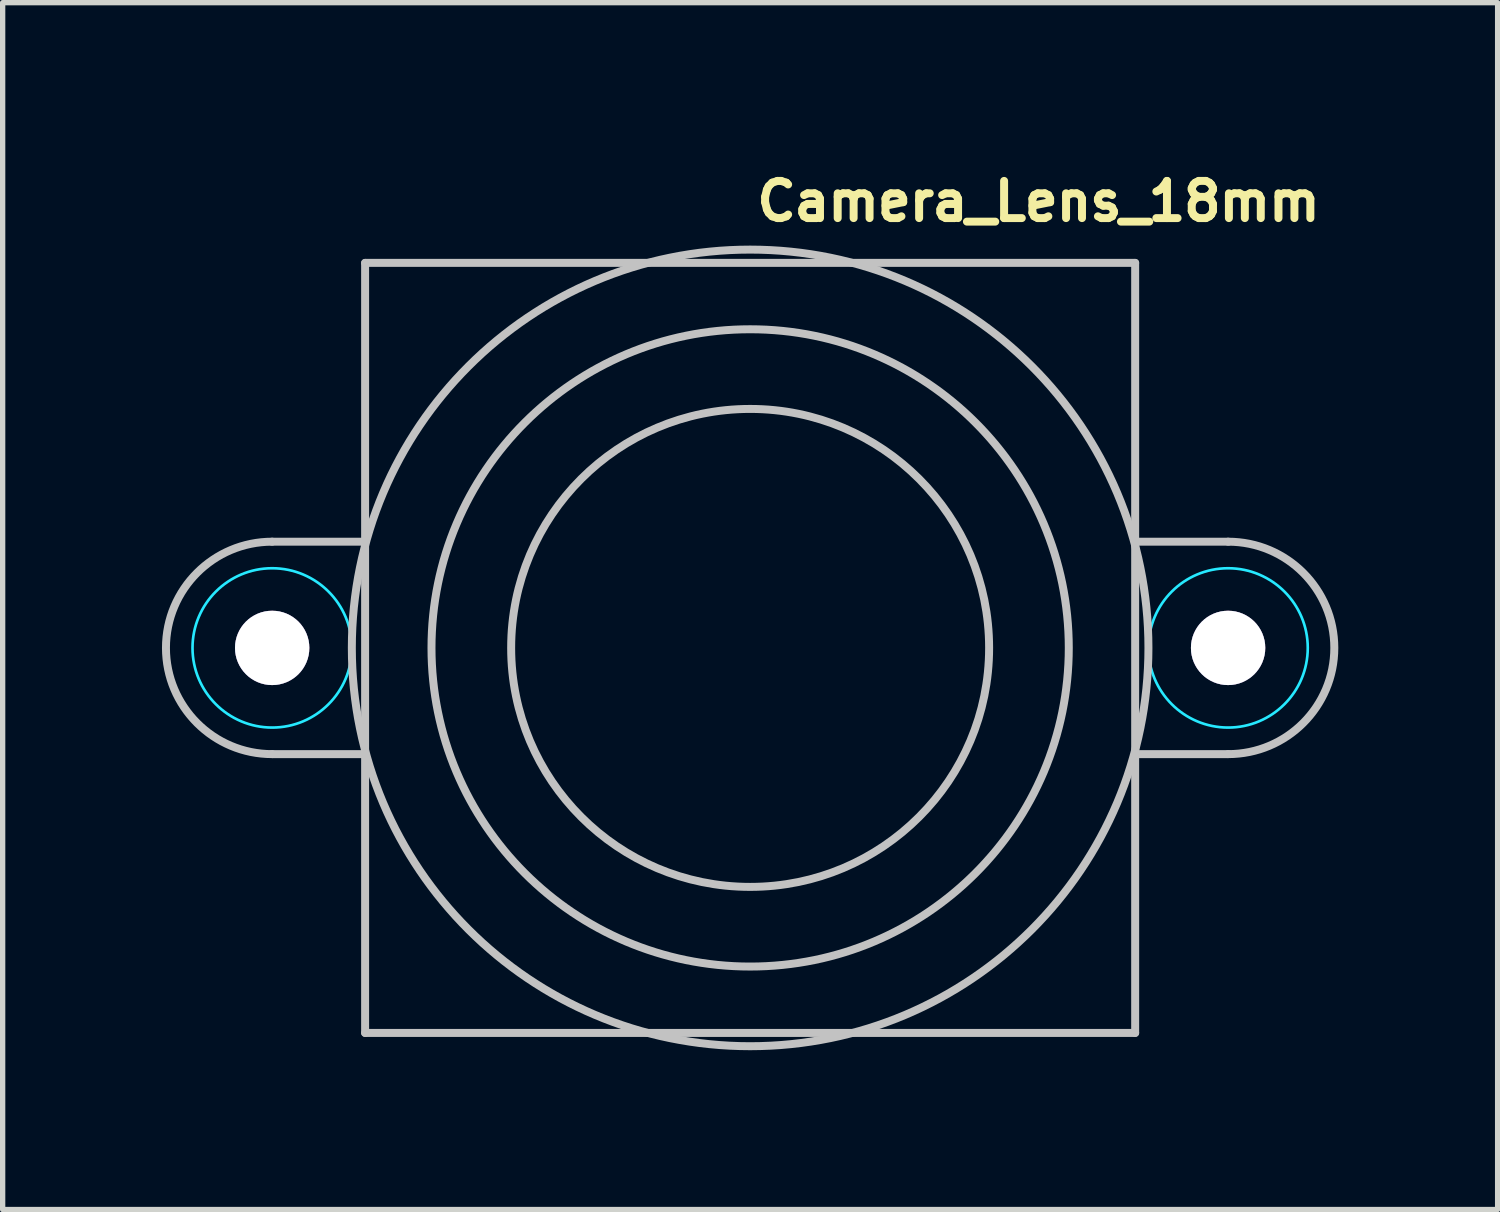
<source format=kicad_pcb>
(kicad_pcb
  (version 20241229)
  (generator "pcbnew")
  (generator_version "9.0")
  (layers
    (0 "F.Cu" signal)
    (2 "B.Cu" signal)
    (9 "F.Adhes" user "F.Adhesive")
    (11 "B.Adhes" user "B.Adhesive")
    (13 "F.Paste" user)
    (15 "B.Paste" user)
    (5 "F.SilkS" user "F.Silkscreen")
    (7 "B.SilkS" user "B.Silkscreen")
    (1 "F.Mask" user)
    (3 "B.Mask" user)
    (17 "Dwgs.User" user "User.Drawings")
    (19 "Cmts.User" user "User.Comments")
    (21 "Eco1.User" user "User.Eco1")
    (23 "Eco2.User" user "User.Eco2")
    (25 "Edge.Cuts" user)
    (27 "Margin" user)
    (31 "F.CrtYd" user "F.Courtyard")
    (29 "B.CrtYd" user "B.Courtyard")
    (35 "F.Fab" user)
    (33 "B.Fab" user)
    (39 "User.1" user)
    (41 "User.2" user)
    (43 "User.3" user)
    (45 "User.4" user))
  (footprint "Camera_Lens_18mm"
    (layer "F.Cu")
    (at 11.075 9.15)
    (property "Reference" "Camera_Lens_18mm" (at 0.05 -8 0) (layer "F.SilkS") (effects (font (size 0.7 0.7) (thickness 0.15)) (justify left bottom)))
    (attr exclude_from_bom)
    (fp_line (start -9 -2) (end -7.25 -2) (stroke (width 0.15) (type solid)) (layer "Dwgs.User"))
    (fp_line (start -9 2) (end -7.25 2) (stroke (width 0.15) (type solid)) (layer "Dwgs.User"))
    (fp_line (start -7.25 -7.25) (end 7.25 -7.25) (stroke (width 0.15) (type solid)) (layer "Dwgs.User"))
    (fp_line (start -7.25 7.25) (end -7.25 -7.25) (stroke (width 0.15) (type solid)) (layer "Dwgs.User"))
    (fp_line (start 7.25 -7.25) (end 7.25 7.25) (stroke (width 0.15) (type solid)) (layer "Dwgs.User"))
    (fp_line (start 7.25 7.25) (end -7.25 7.25) (stroke (width 0.15) (type solid)) (layer "Dwgs.User"))
    (fp_line (start 9 -2) (end 7.25 -2) (stroke (width 0.15) (type solid)) (layer "Dwgs.User"))
    (fp_line (start 9 2) (end 7.25 2) (stroke (width 0.15) (type solid)) (layer "Dwgs.User"))
    (fp_arc (start -9 2) (mid -11 0) (end -9 -2) (stroke (width 0.15) (type solid)) (layer "Dwgs.User"))
    (fp_arc (start 9 -2) (mid 11 0) (end 9 2) (stroke (width 0.15) (type solid)) (layer "Dwgs.User"))
    (fp_circle (center 0 0) (end 4.5 0) (stroke (width 0.15) (type solid)) (fill no) (layer "Dwgs.User"))
    (fp_circle (center 0 0) (end 6 0) (stroke (width 0.15) (type solid)) (fill no) (layer "Dwgs.User"))
    (fp_circle (center 0 0) (end 7.5 0) (stroke (width 0.15) (type solid)) (fill no) (layer "Dwgs.User"))
    (fp_circle (center -9 0) (end -7.5 0) (stroke (width 0.05) (type solid)) (fill no) (layer "B.CrtYd"))
    (fp_circle (center 9 0) (end 10.5 0) (stroke (width 0.05) (type solid)) (fill no) (layer "B.CrtYd"))
    (fp_rect (start -11 -7.25) (end 11 7.25) (stroke (width 0.1) (type solid)) (fill no) (layer "User.5"))
    (fp_line (start -11 0) (end -10.996 0.129) (stroke (width 0.02) (type solid)) (layer "User.9"))
    (fp_line (start -10.996 -0.129) (end -11 0) (stroke (width 0.02) (type solid)) (layer "User.9"))
    (fp_line (start -10.996 0.129) (end -10.983 0.258) (stroke (width 0.02) (type solid)) (layer "User.9"))
    (fp_line (start -10.983 -0.258) (end -10.996 -0.129) (stroke (width 0.02) (type solid)) (layer "User.9"))
    (fp_line (start -10.983 0.258) (end -10.962 0.387) (stroke (width 0.02) (type solid)) (layer "User.9"))
    (fp_line (start -10.962 -0.387) (end -10.983 -0.258) (stroke (width 0.02) (type solid)) (layer "User.9"))
    (fp_line (start -10.962 0.387) (end -10.933 0.513) (stroke (width 0.02) (type solid)) (layer "User.9"))
    (fp_line (start -10.933 -0.513) (end -10.962 -0.387) (stroke (width 0.02) (type solid)) (layer "User.9"))
    (fp_line (start -10.933 0.513) (end -10.895 0.639) (stroke (width 0.02) (type solid)) (layer "User.9"))
    (fp_line (start -10.895 -0.639) (end -10.933 -0.513) (stroke (width 0.02) (type solid)) (layer "User.9"))
    (fp_line (start -10.895 0.639) (end -10.849 0.762) (stroke (width 0.02) (type solid)) (layer "User.9"))
    (fp_line (start -10.849 -0.762) (end -10.895 -0.639) (stroke (width 0.02) (type solid)) (layer "User.9"))
    (fp_line (start -10.849 0.762) (end -10.795 0.882) (stroke (width 0.02) (type solid)) (layer "User.9"))
    (fp_line (start -10.795 -0.882) (end -10.849 -0.762) (stroke (width 0.02) (type solid)) (layer "User.9"))
    (fp_line (start -10.795 0.882) (end -10.732 1) (stroke (width 0.02) (type solid)) (layer "User.9"))
    (fp_line (start -10.732 -1) (end -10.795 -0.882) (stroke (width 0.02) (type solid)) (layer "User.9"))
    (fp_line (start -10.732 -1) (end -10.732 -1) (stroke (width 0.02) (type solid)) (layer "User.9"))
    (fp_line (start -10.732 1) (end -10.732 1) (stroke (width 0.02) (type solid)) (layer "User.9"))
    (fp_line (start -10.732 1) (end -10.698 1.057) (stroke (width 0.02) (type solid)) (layer "User.9"))
    (fp_line (start -10.698 1.057) (end -10.662 1.113) (stroke (width 0.02) (type solid)) (layer "User.9"))
    (fp_line (start -10.662 -1.113) (end -10.732 -1) (stroke (width 0.02) (type solid)) (layer "User.9"))
    (fp_line (start -10.662 1.113) (end -10.624 1.168) (stroke (width 0.02) (type solid)) (layer "User.9"))
    (fp_line (start -10.624 1.168) (end -10.584 1.221) (stroke (width 0.02) (type solid)) (layer "User.9"))
    (fp_line (start -10.584 -1.221) (end -10.662 -1.113) (stroke (width 0.02) (type solid)) (layer "User.9"))
    (fp_line (start -10.584 1.221) (end -10.543 1.272) (stroke (width 0.02) (type solid)) (layer "User.9"))
    (fp_line (start -10.543 1.272) (end -10.501 1.322) (stroke (width 0.02) (type solid)) (layer "User.9"))
    (fp_line (start -10.501 -1.322) (end -10.584 -1.221) (stroke (width 0.02) (type solid)) (layer "User.9"))
    (fp_line (start -10.501 1.322) (end -10.457 1.37) (stroke (width 0.02) (type solid)) (layer "User.9"))
    (fp_line (start -10.457 1.37) (end -10.411 1.417) (stroke (width 0.02) (type solid)) (layer "User.9"))
    (fp_line (start -10.411 -1.417) (end -10.501 -1.322) (stroke (width 0.02) (type solid)) (layer "User.9"))
    (fp_line (start -10.411 1.417) (end -10.364 1.463) (stroke (width 0.02) (type solid)) (layer "User.9"))
    (fp_line (start -10.364 1.463) (end -10.316 1.506) (stroke (width 0.02) (type solid)) (layer "User.9"))
    (fp_line (start -10.316 -1.506) (end -10.411 -1.417) (stroke (width 0.02) (type solid)) (layer "User.9"))
    (fp_line (start -10.316 1.506) (end -10.266 1.548) (stroke (width 0.02) (type solid)) (layer "User.9"))
    (fp_line (start -10.266 1.548) (end -10.215 1.588) (stroke (width 0.02) (type solid)) (layer "User.9"))
    (fp_line (start -10.215 -1.588) (end -10.316 -1.506) (stroke (width 0.02) (type solid)) (layer "User.9"))
    (fp_line (start -10.215 1.588) (end -10.163 1.627) (stroke (width 0.02) (type solid)) (layer "User.9"))
    (fp_line (start -10.163 1.627) (end -10.11 1.664) (stroke (width 0.02) (type solid)) (layer "User.9"))
    (fp_line (start -10.11 -1.664) (end -10.215 -1.588) (stroke (width 0.02) (type solid)) (layer "User.9"))
    (fp_line (start -10.11 1.664) (end -10.056 1.699) (stroke (width 0.02) (type solid)) (layer "User.9"))
    (fp_line (start -10.056 1.699) (end -10 1.732) (stroke (width 0.02) (type solid)) (layer "User.9"))
    (fp_line (start -10 -1.732) (end -10.11 -1.664) (stroke (width 0.02) (type solid)) (layer "User.9"))
    (fp_line (start -10 1.732) (end -9.943 1.764) (stroke (width 0.02) (type solid)) (layer "User.9"))
    (fp_line (start -9.943 1.764) (end -9.886 1.793) (stroke (width 0.02) (type solid)) (layer "User.9"))
    (fp_line (start -9.886 -1.793) (end -10 -1.732) (stroke (width 0.02) (type solid)) (layer "User.9"))
    (fp_line (start -9.886 1.793) (end -9.827 1.821) (stroke (width 0.02) (type solid)) (layer "User.9"))
    (fp_line (start -9.827 1.821) (end -9.768 1.847) (stroke (width 0.02) (type solid)) (layer "User.9"))
    (fp_line (start -9.768 -1.847) (end -9.886 -1.793) (stroke (width 0.02) (type solid)) (layer "User.9"))
    (fp_line (start -9.768 1.847) (end -9.708 1.871) (stroke (width 0.02) (type solid)) (layer "User.9"))
    (fp_line (start -9.708 1.871) (end -9.646 1.893) (stroke (width 0.02) (type solid)) (layer "User.9"))
    (fp_line (start -9.7 0) (end -9.7 0) (stroke (width 0.02) (type solid)) (layer "User.9"))
    (fp_line (start -9.7 0) (end -9.699 0.036) (stroke (width 0.02) (type solid)) (layer "User.9"))
    (fp_line (start -9.699 -0.036) (end -9.7 0) (stroke (width 0.02) (type solid)) (layer "User.9"))
    (fp_line (start -9.699 0.036) (end -9.696 0.072) (stroke (width 0.02) (type solid)) (layer "User.9"))
    (fp_line (start -9.696 -0.072) (end -9.699 -0.036) (stroke (width 0.02) (type solid)) (layer "User.9"))
    (fp_line (start -9.696 0.072) (end -9.692 0.107) (stroke (width 0.02) (type solid)) (layer "User.9"))
    (fp_line (start -9.692 -0.107) (end -9.696 -0.072) (stroke (width 0.02) (type solid)) (layer "User.9"))
    (fp_line (start -9.692 0.107) (end -9.686 0.141) (stroke (width 0.02) (type solid)) (layer "User.9"))
    (fp_line (start -9.686 -0.141) (end -9.692 -0.107) (stroke (width 0.02) (type solid)) (layer "User.9"))
    (fp_line (start -9.686 0.141) (end -9.678 0.175) (stroke (width 0.02) (type solid)) (layer "User.9"))
    (fp_line (start -9.678 -0.175) (end -9.686 -0.141) (stroke (width 0.02) (type solid)) (layer "User.9"))
    (fp_line (start -9.678 0.175) (end -9.669 0.208) (stroke (width 0.02) (type solid)) (layer "User.9"))
    (fp_line (start -9.669 -0.208) (end -9.678 -0.175) (stroke (width 0.02) (type solid)) (layer "User.9"))
    (fp_line (start -9.669 0.208) (end -9.658 0.241) (stroke (width 0.02) (type solid)) (layer "User.9"))
    (fp_line (start -9.658 -0.241) (end -9.669 -0.208) (stroke (width 0.02) (type solid)) (layer "User.9"))
    (fp_line (start -9.658 0.241) (end -9.645 0.272) (stroke (width 0.02) (type solid)) (layer "User.9"))
    (fp_line (start -9.646 -1.893) (end -9.768 -1.847) (stroke (width 0.02) (type solid)) (layer "User.9"))
    (fp_line (start -9.646 1.893) (end -9.584 1.913) (stroke (width 0.02) (type solid)) (layer "User.9"))
    (fp_line (start -9.645 -0.272) (end -9.658 -0.241) (stroke (width 0.02) (type solid)) (layer "User.9"))
    (fp_line (start -9.645 0.272) (end -9.631 0.303) (stroke (width 0.02) (type solid)) (layer "User.9"))
    (fp_line (start -9.631 -0.303) (end -9.645 -0.272) (stroke (width 0.02) (type solid)) (layer "User.9"))
    (fp_line (start -9.631 0.303) (end -9.616 0.334) (stroke (width 0.02) (type solid)) (layer "User.9"))
    (fp_line (start -9.616 -0.334) (end -9.631 -0.303) (stroke (width 0.02) (type solid)) (layer "User.9"))
    (fp_line (start -9.616 0.334) (end -9.599 0.363) (stroke (width 0.02) (type solid)) (layer "User.9"))
    (fp_line (start -9.599 -0.363) (end -9.616 -0.334) (stroke (width 0.02) (type solid)) (layer "User.9"))
    (fp_line (start -9.599 0.363) (end -9.58 0.391) (stroke (width 0.02) (type solid)) (layer "User.9"))
    (fp_line (start -9.584 1.913) (end -9.522 1.931) (stroke (width 0.02) (type solid)) (layer "User.9"))
    (fp_line (start -9.58 -0.391) (end -9.599 -0.363) (stroke (width 0.02) (type solid)) (layer "User.9"))
    (fp_line (start -9.58 0.391) (end -9.561 0.419) (stroke (width 0.02) (type solid)) (layer "User.9"))
    (fp_line (start -9.561 -0.419) (end -9.58 -0.391) (stroke (width 0.02) (type solid)) (layer "User.9"))
    (fp_line (start -9.561 0.419) (end -9.54 0.445) (stroke (width 0.02) (type solid)) (layer "User.9"))
    (fp_line (start -9.54 -0.445) (end -9.561 -0.419) (stroke (width 0.02) (type solid)) (layer "User.9"))
    (fp_line (start -9.54 0.445) (end -9.518 0.471) (stroke (width 0.02) (type solid)) (layer "User.9"))
    (fp_line (start -9.522 -1.931) (end -9.646 -1.893) (stroke (width 0.02) (type solid)) (layer "User.9"))
    (fp_line (start -9.522 1.931) (end -9.459 1.947) (stroke (width 0.02) (type solid)) (layer "User.9"))
    (fp_line (start -9.518 -0.471) (end -9.54 -0.445) (stroke (width 0.02) (type solid)) (layer "User.9"))
    (fp_line (start -9.518 0.471) (end -9.495 0.495) (stroke (width 0.02) (type solid)) (layer "User.9"))
    (fp_line (start -9.495 -0.495) (end -9.518 -0.471) (stroke (width 0.02) (type solid)) (layer "User.9"))
    (fp_line (start -9.495 0.495) (end -9.471 0.518) (stroke (width 0.02) (type solid)) (layer "User.9"))
    (fp_line (start -9.471 -0.518) (end -9.495 -0.495) (stroke (width 0.02) (type solid)) (layer "User.9"))
    (fp_line (start -9.471 0.518) (end -9.445 0.54) (stroke (width 0.02) (type solid)) (layer "User.9"))
    (fp_line (start -9.459 1.947) (end -9.395 1.961) (stroke (width 0.02) (type solid)) (layer "User.9"))
    (fp_line (start -9.445 -0.54) (end -9.471 -0.518) (stroke (width 0.02) (type solid)) (layer "User.9"))
    (fp_line (start -9.445 0.54) (end -9.419 0.561) (stroke (width 0.02) (type solid)) (layer "User.9"))
    (fp_line (start -9.419 -0.561) (end -9.445 -0.54) (stroke (width 0.02) (type solid)) (layer "User.9"))
    (fp_line (start -9.419 0.561) (end -9.391 0.58) (stroke (width 0.02) (type solid)) (layer "User.9"))
    (fp_line (start -9.395 -1.961) (end -9.522 -1.931) (stroke (width 0.02) (type solid)) (layer "User.9"))
    (fp_line (start -9.395 1.961) (end -9.33 1.973) (stroke (width 0.02) (type solid)) (layer "User.9"))
    (fp_line (start -9.391 -0.58) (end -9.419 -0.561) (stroke (width 0.02) (type solid)) (layer "User.9"))
    (fp_line (start -9.391 0.58) (end -9.363 0.599) (stroke (width 0.02) (type solid)) (layer "User.9"))
    (fp_line (start -9.363 -0.599) (end -9.391 -0.58) (stroke (width 0.02) (type solid)) (layer "User.9"))
    (fp_line (start -9.363 0.599) (end -9.334 0.616) (stroke (width 0.02) (type solid)) (layer "User.9"))
    (fp_line (start -9.334 -0.616) (end -9.363 -0.599) (stroke (width 0.02) (type solid)) (layer "User.9"))
    (fp_line (start -9.334 0.616) (end -9.303 0.631) (stroke (width 0.02) (type solid)) (layer "User.9"))
    (fp_line (start -9.33 1.973) (end -9.265 1.982) (stroke (width 0.02) (type solid)) (layer "User.9"))
    (fp_line (start -9.303 -0.631) (end -9.334 -0.616) (stroke (width 0.02) (type solid)) (layer "User.9"))
    (fp_line (start -9.303 0.631) (end -9.272 0.645) (stroke (width 0.02) (type solid)) (layer "User.9"))
    (fp_line (start -9.272 -0.645) (end -9.303 -0.631) (stroke (width 0.02) (type solid)) (layer "User.9"))
    (fp_line (start -9.272 0.645) (end -9.241 0.658) (stroke (width 0.02) (type solid)) (layer "User.9"))
    (fp_line (start -9.265 -1.982) (end -9.395 -1.961) (stroke (width 0.02) (type solid)) (layer "User.9"))
    (fp_line (start -9.265 1.982) (end -9.199 1.99) (stroke (width 0.02) (type solid)) (layer "User.9"))
    (fp_line (start -9.241 -0.658) (end -9.272 -0.645) (stroke (width 0.02) (type solid)) (layer "User.9"))
    (fp_line (start -9.241 0.658) (end -9.208 0.669) (stroke (width 0.02) (type solid)) (layer "User.9"))
    (fp_line (start -9.208 -0.669) (end -9.241 -0.658) (stroke (width 0.02) (type solid)) (layer "User.9"))
    (fp_line (start -9.208 0.669) (end -9.175 0.678) (stroke (width 0.02) (type solid)) (layer "User.9"))
    (fp_line (start -9.199 1.99) (end -9.133 1.996) (stroke (width 0.02) (type solid)) (layer "User.9"))
    (fp_line (start -9.175 -0.678) (end -9.208 -0.669) (stroke (width 0.02) (type solid)) (layer "User.9"))
    (fp_line (start -9.175 0.678) (end -9.141 0.686) (stroke (width 0.02) (type solid)) (layer "User.9"))
    (fp_line (start -9.141 -0.686) (end -9.175 -0.678) (stroke (width 0.02) (type solid)) (layer "User.9"))
    (fp_line (start -9.141 0.686) (end -9.107 0.692) (stroke (width 0.02) (type solid)) (layer "User.9"))
    (fp_line (start -9.133 -1.996) (end -9.265 -1.982) (stroke (width 0.02) (type solid)) (layer "User.9"))
    (fp_line (start -9.133 1.996) (end -9.067 1.999) (stroke (width 0.02) (type solid)) (layer "User.9"))
    (fp_line (start -9.107 -0.692) (end -9.141 -0.686) (stroke (width 0.02) (type solid)) (layer "User.9"))
    (fp_line (start -9.107 0.692) (end -9.072 0.696) (stroke (width 0.02) (type solid)) (layer "User.9"))
    (fp_line (start -9.072 -0.696) (end -9.107 -0.692) (stroke (width 0.02) (type solid)) (layer "User.9"))
    (fp_line (start -9.072 0.696) (end -9.036 0.699) (stroke (width 0.02) (type solid)) (layer "User.9"))
    (fp_line (start -9.067 1.999) (end -9 2) (stroke (width 0.02) (type solid)) (layer "User.9"))
    (fp_line (start -9.036 -0.699) (end -9.072 -0.696) (stroke (width 0.02) (type solid)) (layer "User.9"))
    (fp_line (start -9.036 0.699) (end -9 0.7) (stroke (width 0.02) (type solid)) (layer "User.9"))
    (fp_line (start -9 -2) (end -9.133 -1.996) (stroke (width 0.02) (type solid)) (layer "User.9"))
    (fp_line (start -9 -0.7) (end -9.036 -0.699) (stroke (width 0.02) (type solid)) (layer "User.9"))
    (fp_line (start -9 -0.7) (end -9 -0.7) (stroke (width 0.02) (type solid)) (layer "User.9"))
    (fp_line (start -9 0.7) (end -9 0.7) (stroke (width 0.02) (type solid)) (layer "User.9"))
    (fp_line (start -9 0.7) (end -8.964 0.699) (stroke (width 0.02) (type solid)) (layer "User.9"))
    (fp_line (start -9 2) (end -7.25 2) (stroke (width 0.02) (type solid)) (layer "User.9"))
    (fp_line (start -9 2) (end -6.708 2) (stroke (width 0.02) (type solid)) (layer "User.9"))
    (fp_line (start -8.964 -0.699) (end -9 -0.7) (stroke (width 0.02) (type solid)) (layer "User.9"))
    (fp_line (start -8.964 0.699) (end -8.928 0.696) (stroke (width 0.02) (type solid)) (layer "User.9"))
    (fp_line (start -8.928 -0.696) (end -8.964 -0.699) (stroke (width 0.02) (type solid)) (layer "User.9"))
    (fp_line (start -8.928 0.696) (end -8.893 0.692) (stroke (width 0.02) (type solid)) (layer "User.9"))
    (fp_line (start -8.893 -0.692) (end -8.928 -0.696) (stroke (width 0.02) (type solid)) (layer "User.9"))
    (fp_line (start -8.893 0.692) (end -8.859 0.686) (stroke (width 0.02) (type solid)) (layer "User.9"))
    (fp_line (start -8.859 -0.686) (end -8.893 -0.692) (stroke (width 0.02) (type solid)) (layer "User.9"))
    (fp_line (start -8.859 0.686) (end -8.825 0.678) (stroke (width 0.02) (type solid)) (layer "User.9"))
    (fp_line (start -8.825 -0.678) (end -8.859 -0.686) (stroke (width 0.02) (type solid)) (layer "User.9"))
    (fp_line (start -8.825 0.678) (end -8.792 0.669) (stroke (width 0.02) (type solid)) (layer "User.9"))
    (fp_line (start -8.792 -0.669) (end -8.825 -0.678) (stroke (width 0.02) (type solid)) (layer "User.9"))
    (fp_line (start -8.792 0.669) (end -8.759 0.658) (stroke (width 0.02) (type solid)) (layer "User.9"))
    (fp_line (start -8.759 -0.658) (end -8.792 -0.669) (stroke (width 0.02) (type solid)) (layer "User.9"))
    (fp_line (start -8.759 0.658) (end -8.728 0.645) (stroke (width 0.02) (type solid)) (layer "User.9"))
    (fp_line (start -8.728 -0.645) (end -8.759 -0.658) (stroke (width 0.02) (type solid)) (layer "User.9"))
    (fp_line (start -8.728 0.645) (end -8.697 0.631) (stroke (width 0.02) (type solid)) (layer "User.9"))
    (fp_line (start -8.697 -0.631) (end -8.728 -0.645) (stroke (width 0.02) (type solid)) (layer "User.9"))
    (fp_line (start -8.697 0.631) (end -8.666 0.616) (stroke (width 0.02) (type solid)) (layer "User.9"))
    (fp_line (start -8.666 -0.616) (end -8.697 -0.631) (stroke (width 0.02) (type solid)) (layer "User.9"))
    (fp_line (start -8.666 0.616) (end -8.637 0.599) (stroke (width 0.02) (type solid)) (layer "User.9"))
    (fp_line (start -8.637 -0.599) (end -8.666 -0.616) (stroke (width 0.02) (type solid)) (layer "User.9"))
    (fp_line (start -8.637 0.599) (end -8.609 0.58) (stroke (width 0.02) (type solid)) (layer "User.9"))
    (fp_line (start -8.609 -0.58) (end -8.637 -0.599) (stroke (width 0.02) (type solid)) (layer "User.9"))
    (fp_line (start -8.609 0.58) (end -8.581 0.561) (stroke (width 0.02) (type solid)) (layer "User.9"))
    (fp_line (start -8.581 -0.561) (end -8.609 -0.58) (stroke (width 0.02) (type solid)) (layer "User.9"))
    (fp_line (start -8.581 0.561) (end -8.555 0.54) (stroke (width 0.02) (type solid)) (layer "User.9"))
    (fp_line (start -8.555 -0.54) (end -8.581 -0.561) (stroke (width 0.02) (type solid)) (layer "User.9"))
    (fp_line (start -8.555 0.54) (end -8.529 0.518) (stroke (width 0.02) (type solid)) (layer "User.9"))
    (fp_line (start -8.529 -0.518) (end -8.555 -0.54) (stroke (width 0.02) (type solid)) (layer "User.9"))
    (fp_line (start -8.529 0.518) (end -8.505 0.495) (stroke (width 0.02) (type solid)) (layer "User.9"))
    (fp_line (start -8.505 -0.495) (end -8.529 -0.518) (stroke (width 0.02) (type solid)) (layer "User.9"))
    (fp_line (start -8.505 0.495) (end -8.482 0.471) (stroke (width 0.02) (type solid)) (layer "User.9"))
    (fp_line (start -8.482 -0.471) (end -8.505 -0.495) (stroke (width 0.02) (type solid)) (layer "User.9"))
    (fp_line (start -8.482 0.471) (end -8.46 0.445) (stroke (width 0.02) (type solid)) (layer "User.9"))
    (fp_line (start -8.46 -0.445) (end -8.482 -0.471) (stroke (width 0.02) (type solid)) (layer "User.9"))
    (fp_line (start -8.46 0.445) (end -8.439 0.419) (stroke (width 0.02) (type solid)) (layer "User.9"))
    (fp_line (start -8.439 -0.419) (end -8.46 -0.445) (stroke (width 0.02) (type solid)) (layer "User.9"))
    (fp_line (start -8.439 0.419) (end -8.42 0.391) (stroke (width 0.02) (type solid)) (layer "User.9"))
    (fp_line (start -8.42 -0.391) (end -8.439 -0.419) (stroke (width 0.02) (type solid)) (layer "User.9"))
    (fp_line (start -8.42 0.391) (end -8.401 0.363) (stroke (width 0.02) (type solid)) (layer "User.9"))
    (fp_line (start -8.401 -0.363) (end -8.42 -0.391) (stroke (width 0.02) (type solid)) (layer "User.9"))
    (fp_line (start -8.401 0.363) (end -8.384 0.334) (stroke (width 0.02) (type solid)) (layer "User.9"))
    (fp_line (start -8.384 -0.334) (end -8.401 -0.363) (stroke (width 0.02) (type solid)) (layer "User.9"))
    (fp_line (start -8.384 0.334) (end -8.369 0.303) (stroke (width 0.02) (type solid)) (layer "User.9"))
    (fp_line (start -8.369 -0.303) (end -8.384 -0.334) (stroke (width 0.02) (type solid)) (layer "User.9"))
    (fp_line (start -8.369 0.303) (end -8.355 0.272) (stroke (width 0.02) (type solid)) (layer "User.9"))
    (fp_line (start -8.355 -0.272) (end -8.369 -0.303) (stroke (width 0.02) (type solid)) (layer "User.9"))
    (fp_line (start -8.355 0.272) (end -8.342 0.241) (stroke (width 0.02) (type solid)) (layer "User.9"))
    (fp_line (start -8.342 -0.241) (end -8.355 -0.272) (stroke (width 0.02) (type solid)) (layer "User.9"))
    (fp_line (start -8.342 0.241) (end -8.331 0.208) (stroke (width 0.02) (type solid)) (layer "User.9"))
    (fp_line (start -8.331 -0.208) (end -8.342 -0.241) (stroke (width 0.02) (type solid)) (layer "User.9"))
    (fp_line (start -8.331 0.208) (end -8.322 0.175) (stroke (width 0.02) (type solid)) (layer "User.9"))
    (fp_line (start -8.322 -0.175) (end -8.331 -0.208) (stroke (width 0.02) (type solid)) (layer "User.9"))
    (fp_line (start -8.322 0.175) (end -8.314 0.141) (stroke (width 0.02) (type solid)) (layer "User.9"))
    (fp_line (start -8.314 -0.141) (end -8.322 -0.175) (stroke (width 0.02) (type solid)) (layer "User.9"))
    (fp_line (start -8.314 0.141) (end -8.308 0.107) (stroke (width 0.02) (type solid)) (layer "User.9"))
    (fp_line (start -8.308 -0.107) (end -8.314 -0.141) (stroke (width 0.02) (type solid)) (layer "User.9"))
    (fp_line (start -8.308 0.107) (end -8.304 0.072) (stroke (width 0.02) (type solid)) (layer "User.9"))
    (fp_line (start -8.304 -0.072) (end -8.308 -0.107) (stroke (width 0.02) (type solid)) (layer "User.9"))
    (fp_line (start -8.304 0.072) (end -8.301 0.036) (stroke (width 0.02) (type solid)) (layer "User.9"))
    (fp_line (start -8.301 -0.036) (end -8.304 -0.072) (stroke (width 0.02) (type solid)) (layer "User.9"))
    (fp_line (start -8.301 0.036) (end -8.3 0) (stroke (width 0.02) (type solid)) (layer "User.9"))
    (fp_line (start -8.3 0) (end -8.301 -0.036) (stroke (width 0.02) (type solid)) (layer "User.9"))
    (fp_line (start -8.3 0) (end -8.3 0) (stroke (width 0.02) (type solid)) (layer "User.9"))
    (fp_line (start -8.3 0) (end -8.3 0) (stroke (width 0.02) (type solid)) (layer "User.9"))
    (fp_line (start -7.25 -7.25) (end -7.25 -2) (stroke (width 0.02) (type solid)) (layer "User.9"))
    (fp_line (start -7.25 -2) (end -9 -2) (stroke (width 0.02) (type solid)) (layer "User.9"))
    (fp_line (start -7.25 2) (end -7.25 7.25) (stroke (width 0.02) (type solid)) (layer "User.9"))
    (fp_line (start -7.25 7.25) (end 7.25 7.25) (stroke (width 0.02) (type solid)) (layer "User.9"))
    (fp_line (start -7 0) (end -6.985 -0.453) (stroke (width 0.02) (type solid)) (layer "User.9"))
    (fp_line (start -6.985 -0.453) (end -6.941 -0.904) (stroke (width 0.02) (type solid)) (layer "User.9"))
    (fp_line (start -6.985 0.453) (end -7 0) (stroke (width 0.02) (type solid)) (layer "User.9"))
    (fp_line (start -6.941 -0.904) (end -6.868 -1.353) (stroke (width 0.02) (type solid)) (layer "User.9"))
    (fp_line (start -6.941 0.904) (end -6.985 0.453) (stroke (width 0.02) (type solid)) (layer "User.9"))
    (fp_line (start -6.868 -1.353) (end -6.766 -1.797) (stroke (width 0.02) (type solid)) (layer "User.9"))
    (fp_line (start -6.868 1.353) (end -6.941 0.904) (stroke (width 0.02) (type solid)) (layer "User.9"))
    (fp_line (start -6.766 -1.797) (end -6.634 -2.235) (stroke (width 0.02) (type solid)) (layer "User.9"))
    (fp_line (start -6.766 1.797) (end -6.868 1.353) (stroke (width 0.02) (type solid)) (layer "User.9"))
    (fp_line (start -6.708 -2) (end -9 -2) (stroke (width 0.02) (type solid)) (layer "User.9"))
    (fp_line (start -6.634 -2.235) (end -6.472 -2.666) (stroke (width 0.02) (type solid)) (layer "User.9"))
    (fp_line (start -6.634 2.235) (end -6.766 1.797) (stroke (width 0.02) (type solid)) (layer "User.9"))
    (fp_line (start -6.5 -6.5) (end -6.5 -2.598) (stroke (width 0.02) (type solid)) (layer "User.9"))
    (fp_line (start -6.5 2.598) (end -6.5 6.5) (stroke (width 0.02) (type solid)) (layer "User.9"))
    (fp_line (start -6.5 6.5) (end -2.598 6.5) (stroke (width 0.02) (type solid)) (layer "User.9"))
    (fp_line (start -6.472 -2.666) (end -6.282 -3.088) (stroke (width 0.02) (type solid)) (layer "User.9"))
    (fp_line (start -6.472 2.666) (end -6.634 2.235) (stroke (width 0.02) (type solid)) (layer "User.9"))
    (fp_line (start -6.282 -3.088) (end -6.062 -3.5) (stroke (width 0.02) (type solid)) (layer "User.9"))
    (fp_line (start -6.282 3.088) (end -6.472 2.666) (stroke (width 0.02) (type solid)) (layer "User.9"))
    (fp_line (start -6.062 -3.5) (end -6.062 -3.5) (stroke (width 0.02) (type solid)) (layer "User.9"))
    (fp_line (start -6.062 -3.5) (end -5.942 -3.701) (stroke (width 0.02) (type solid)) (layer "User.9"))
    (fp_line (start -6.062 3.5) (end -6.282 3.088) (stroke (width 0.02) (type solid)) (layer "User.9"))
    (fp_line (start -6.062 3.5) (end -6.062 3.5) (stroke (width 0.02) (type solid)) (layer "User.9"))
    (fp_line (start -5.942 -3.701) (end -5.816 -3.896) (stroke (width 0.02) (type solid)) (layer "User.9"))
    (fp_line (start -5.816 -3.896) (end -5.683 -4.087) (stroke (width 0.02) (type solid)) (layer "User.9"))
    (fp_line (start -5.816 3.896) (end -6.062 3.5) (stroke (width 0.02) (type solid)) (layer "User.9"))
    (fp_line (start -5.683 -4.087) (end -5.545 -4.272) (stroke (width 0.02) (type solid)) (layer "User.9"))
    (fp_line (start -5.545 -4.272) (end -5.402 -4.452) (stroke (width 0.02) (type solid)) (layer "User.9"))
    (fp_line (start -5.545 4.272) (end -5.816 3.896) (stroke (width 0.02) (type solid)) (layer "User.9"))
    (fp_line (start -5.402 -4.452) (end -5.253 -4.627) (stroke (width 0.02) (type solid)) (layer "User.9"))
    (fp_line (start -5.253 -4.627) (end -5.098 -4.797) (stroke (width 0.02) (type solid)) (layer "User.9"))
    (fp_line (start -5.253 4.627) (end -5.545 4.272) (stroke (width 0.02) (type solid)) (layer "User.9"))
    (fp_line (start -5.098 -4.797) (end -4.939 -4.961) (stroke (width 0.02) (type solid)) (layer "User.9"))
    (fp_line (start -4.939 -4.961) (end -4.775 -5.119) (stroke (width 0.02) (type solid)) (layer "User.9"))
    (fp_line (start -4.939 4.961) (end -5.253 4.627) (stroke (width 0.02) (type solid)) (layer "User.9"))
    (fp_line (start -4.775 -5.119) (end -4.606 -5.271) (stroke (width 0.02) (type solid)) (layer "User.9"))
    (fp_line (start -4.606 -5.271) (end -4.432 -5.418) (stroke (width 0.02) (type solid)) (layer "User.9"))
    (fp_line (start -4.606 5.271) (end -4.939 4.961) (stroke (width 0.02) (type solid)) (layer "User.9"))
    (fp_line (start -4.432 -5.418) (end -4.254 -5.559) (stroke (width 0.02) (type solid)) (layer "User.9"))
    (fp_line (start -4.254 -5.559) (end -4.072 -5.694) (stroke (width 0.02) (type solid)) (layer "User.9"))
    (fp_line (start -4.254 5.559) (end -4.606 5.271) (stroke (width 0.02) (type solid)) (layer "User.9"))
    (fp_line (start -4.072 -5.694) (end -3.885 -5.823) (stroke (width 0.02) (type solid)) (layer "User.9"))
    (fp_line (start -3.885 -5.823) (end -3.694 -5.946) (stroke (width 0.02) (type solid)) (layer "User.9"))
    (fp_line (start -3.885 5.823) (end -4.254 5.559) (stroke (width 0.02) (type solid)) (layer "User.9"))
    (fp_line (start -3.75 0) (end -3.745 0.186) (stroke (width 0.02) (type solid)) (layer "User.9"))
    (fp_line (start -3.75 0) (end -3.745 0.186) (stroke (width 0.02) (type solid)) (layer "User.9"))
    (fp_line (start -3.748 -0.125) (end -3.75 0) (stroke (width 0.02) (type solid)) (layer "User.9"))
    (fp_line (start -3.748 -0.125) (end -3.75 0) (stroke (width 0.02) (type solid)) (layer "User.9"))
    (fp_line (start -3.745 0.186) (end -3.732 0.371) (stroke (width 0.02) (type solid)) (layer "User.9"))
    (fp_line (start -3.745 0.186) (end -3.732 0.371) (stroke (width 0.02) (type solid)) (layer "User.9"))
    (fp_line (start -3.742 -0.25) (end -3.748 -0.125) (stroke (width 0.02) (type solid)) (layer "User.9"))
    (fp_line (start -3.742 -0.25) (end -3.748 -0.125) (stroke (width 0.02) (type solid)) (layer "User.9"))
    (fp_line (start -3.732 0.371) (end -3.709 0.554) (stroke (width 0.02) (type solid)) (layer "User.9"))
    (fp_line (start -3.732 0.371) (end -3.709 0.554) (stroke (width 0.02) (type solid)) (layer "User.9"))
    (fp_line (start -3.731 -0.374) (end -3.742 -0.25) (stroke (width 0.02) (type solid)) (layer "User.9"))
    (fp_line (start -3.731 -0.374) (end -3.742 -0.25) (stroke (width 0.02) (type solid)) (layer "User.9"))
    (fp_line (start -3.717 -0.497) (end -3.731 -0.374) (stroke (width 0.02) (type solid)) (layer "User.9"))
    (fp_line (start -3.717 -0.497) (end -3.731 -0.374) (stroke (width 0.02) (type solid)) (layer "User.9"))
    (fp_line (start -3.709 0.554) (end -3.677 0.735) (stroke (width 0.02) (type solid)) (layer "User.9"))
    (fp_line (start -3.709 0.554) (end -3.677 0.735) (stroke (width 0.02) (type solid)) (layer "User.9"))
    (fp_line (start -3.699 -0.619) (end -3.717 -0.497) (stroke (width 0.02) (type solid)) (layer "User.9"))
    (fp_line (start -3.699 -0.619) (end -3.717 -0.497) (stroke (width 0.02) (type solid)) (layer "User.9"))
    (fp_line (start -3.694 -5.946) (end -3.5 -6.062) (stroke (width 0.02) (type solid)) (layer "User.9"))
    (fp_line (start -3.677 0.735) (end -3.637 0.914) (stroke (width 0.02) (type solid)) (layer "User.9"))
    (fp_line (start -3.677 0.735) (end -3.637 0.914) (stroke (width 0.02) (type solid)) (layer "User.9"))
    (fp_line (start -3.676 -0.74) (end -3.699 -0.619) (stroke (width 0.02) (type solid)) (layer "User.9"))
    (fp_line (start -3.676 -0.74) (end -3.699 -0.619) (stroke (width 0.02) (type solid)) (layer "User.9"))
    (fp_line (start -3.65 -0.86) (end -3.676 -0.74) (stroke (width 0.02) (type solid)) (layer "User.9"))
    (fp_line (start -3.65 -0.86) (end -3.676 -0.74) (stroke (width 0.02) (type solid)) (layer "User.9"))
    (fp_line (start -3.637 0.914) (end -3.588 1.091) (stroke (width 0.02) (type solid)) (layer "User.9"))
    (fp_line (start -3.637 0.914) (end -3.588 1.091) (stroke (width 0.02) (type solid)) (layer "User.9"))
    (fp_line (start -3.62 -0.978) (end -3.65 -0.86) (stroke (width 0.02) (type solid)) (layer "User.9"))
    (fp_line (start -3.62 -0.978) (end -3.65 -0.86) (stroke (width 0.02) (type solid)) (layer "User.9"))
    (fp_line (start -3.588 1.091) (end -3.53 1.264) (stroke (width 0.02) (type solid)) (layer "User.9"))
    (fp_line (start -3.588 1.091) (end -3.53 1.264) (stroke (width 0.02) (type solid)) (layer "User.9"))
    (fp_line (start -3.586 -1.096) (end -3.62 -0.978) (stroke (width 0.02) (type solid)) (layer "User.9"))
    (fp_line (start -3.586 -1.096) (end -3.62 -0.978) (stroke (width 0.02) (type solid)) (layer "User.9"))
    (fp_line (start -3.549 -1.212) (end -3.586 -1.096) (stroke (width 0.02) (type solid)) (layer "User.9"))
    (fp_line (start -3.549 -1.212) (end -3.586 -1.096) (stroke (width 0.02) (type solid)) (layer "User.9"))
    (fp_line (start -3.53 1.264) (end -3.465 1.435) (stroke (width 0.02) (type solid)) (layer "User.9"))
    (fp_line (start -3.53 1.264) (end -3.465 1.435) (stroke (width 0.02) (type solid)) (layer "User.9"))
    (fp_line (start -3.508 -1.327) (end -3.549 -1.212) (stroke (width 0.02) (type solid)) (layer "User.9"))
    (fp_line (start -3.508 -1.327) (end -3.549 -1.212) (stroke (width 0.02) (type solid)) (layer "User.9"))
    (fp_line (start -3.5 -6.062) (end -3.302 -6.172) (stroke (width 0.02) (type solid)) (layer "User.9"))
    (fp_line (start -3.5 6.062) (end -3.885 5.823) (stroke (width 0.02) (type solid)) (layer "User.9"))
    (fp_line (start -3.465 1.435) (end -3.39 1.602) (stroke (width 0.02) (type solid)) (layer "User.9"))
    (fp_line (start -3.465 1.435) (end -3.39 1.602) (stroke (width 0.02) (type solid)) (layer "User.9"))
    (fp_line (start -3.463 -1.44) (end -3.508 -1.327) (stroke (width 0.02) (type solid)) (layer "User.9"))
    (fp_line (start -3.463 -1.44) (end -3.508 -1.327) (stroke (width 0.02) (type solid)) (layer "User.9"))
    (fp_line (start -3.414 -1.551) (end -3.463 -1.44) (stroke (width 0.02) (type solid)) (layer "User.9"))
    (fp_line (start -3.414 -1.551) (end -3.463 -1.44) (stroke (width 0.02) (type solid)) (layer "User.9"))
    (fp_line (start -3.39 1.602) (end -3.308 1.766) (stroke (width 0.02) (type solid)) (layer "User.9"))
    (fp_line (start -3.39 1.602) (end -3.308 1.766) (stroke (width 0.02) (type solid)) (layer "User.9"))
    (fp_line (start -3.362 -1.661) (end -3.414 -1.551) (stroke (width 0.02) (type solid)) (layer "User.9"))
    (fp_line (start -3.362 -1.661) (end -3.414 -1.551) (stroke (width 0.02) (type solid)) (layer "User.9"))
    (fp_line (start -3.308 1.766) (end -3.218 1.925) (stroke (width 0.02) (type solid)) (layer "User.9"))
    (fp_line (start -3.308 1.766) (end -3.218 1.925) (stroke (width 0.02) (type solid)) (layer "User.9"))
    (fp_line (start -3.307 -1.769) (end -3.362 -1.661) (stroke (width 0.02) (type solid)) (layer "User.9"))
    (fp_line (start -3.307 -1.769) (end -3.362 -1.661) (stroke (width 0.02) (type solid)) (layer "User.9"))
    (fp_line (start -3.302 -6.172) (end -3.1 -6.276) (stroke (width 0.02) (type solid)) (layer "User.9"))
    (fp_line (start -3.248 -1.875) (end -3.307 -1.769) (stroke (width 0.02) (type solid)) (layer "User.9"))
    (fp_line (start -3.248 -1.875) (end -3.307 -1.769) (stroke (width 0.02) (type solid)) (layer "User.9"))
    (fp_line (start -3.218 1.925) (end -3.12 2.081) (stroke (width 0.02) (type solid)) (layer "User.9"))
    (fp_line (start -3.218 1.925) (end -3.12 2.081) (stroke (width 0.02) (type solid)) (layer "User.9"))
    (fp_line (start -3.185 -1.979) (end -3.248 -1.875) (stroke (width 0.02) (type solid)) (layer "User.9"))
    (fp_line (start -3.185 -1.979) (end -3.248 -1.875) (stroke (width 0.02) (type solid)) (layer "User.9"))
    (fp_line (start -3.12 2.081) (end -3.014 2.231) (stroke (width 0.02) (type solid)) (layer "User.9"))
    (fp_line (start -3.12 2.081) (end -3.014 2.231) (stroke (width 0.02) (type solid)) (layer "User.9"))
    (fp_line (start -3.119 -2.081) (end -3.185 -1.979) (stroke (width 0.02) (type solid)) (layer "User.9"))
    (fp_line (start -3.119 -2.081) (end -3.185 -1.979) (stroke (width 0.02) (type solid)) (layer "User.9"))
    (fp_line (start -3.1 -6.276) (end -2.896 -6.373) (stroke (width 0.02) (type solid)) (layer "User.9"))
    (fp_line (start -3.1 6.276) (end -3.5 6.062) (stroke (width 0.02) (type solid)) (layer "User.9"))
    (fp_line (start -3.05 -2.181) (end -3.119 -2.081) (stroke (width 0.02) (type solid)) (layer "User.9"))
    (fp_line (start -3.05 -2.181) (end -3.119 -2.081) (stroke (width 0.02) (type solid)) (layer "User.9"))
    (fp_line (start -3.014 2.231) (end -2.901 2.377) (stroke (width 0.02) (type solid)) (layer "User.9"))
    (fp_line (start -3.014 2.231) (end -2.901 2.377) (stroke (width 0.02) (type solid)) (layer "User.9"))
    (fp_line (start -2.978 -2.279) (end -3.05 -2.181) (stroke (width 0.02) (type solid)) (layer "User.9"))
    (fp_line (start -2.978 -2.279) (end -3.05 -2.181) (stroke (width 0.02) (type solid)) (layer "User.9"))
    (fp_line (start -2.903 -2.374) (end -2.978 -2.279) (stroke (width 0.02) (type solid)) (layer "User.9"))
    (fp_line (start -2.903 -2.374) (end -2.978 -2.279) (stroke (width 0.02) (type solid)) (layer "User.9"))
    (fp_line (start -2.901 2.377) (end -2.78 2.517) (stroke (width 0.02) (type solid)) (layer "User.9"))
    (fp_line (start -2.901 2.377) (end -2.78 2.517) (stroke (width 0.02) (type solid)) (layer "User.9"))
    (fp_line (start -2.896 -6.373) (end -2.687 -6.464) (stroke (width 0.02) (type solid)) (layer "User.9"))
    (fp_line (start -2.824 -2.467) (end -2.903 -2.374) (stroke (width 0.02) (type solid)) (layer "User.9"))
    (fp_line (start -2.824 -2.467) (end -2.903 -2.374) (stroke (width 0.02) (type solid)) (layer "User.9"))
    (fp_line (start -2.78 2.517) (end -2.652 2.652) (stroke (width 0.02) (type solid)) (layer "User.9"))
    (fp_line (start -2.78 2.517) (end -2.652 2.652) (stroke (width 0.02) (type solid)) (layer "User.9"))
    (fp_line (start -2.742 -2.558) (end -2.824 -2.467) (stroke (width 0.02) (type solid)) (layer "User.9"))
    (fp_line (start -2.742 -2.558) (end -2.824 -2.467) (stroke (width 0.02) (type solid)) (layer "User.9"))
    (fp_line (start -2.687 -6.464) (end -2.476 -6.547) (stroke (width 0.02) (type solid)) (layer "User.9"))
    (fp_line (start -2.687 6.464) (end -3.1 6.276) (stroke (width 0.02) (type solid)) (layer "User.9"))
    (fp_line (start -2.657 -2.646) (end -2.742 -2.558) (stroke (width 0.02) (type solid)) (layer "User.9"))
    (fp_line (start -2.657 -2.646) (end -2.742 -2.558) (stroke (width 0.02) (type solid)) (layer "User.9"))
    (fp_line (start -2.652 2.652) (end -2.652 2.652) (stroke (width 0.02) (type solid)) (layer "User.9"))
    (fp_line (start -2.652 2.652) (end -2.652 2.652) (stroke (width 0.02) (type solid)) (layer "User.9"))
    (fp_line (start -2.652 2.652) (end -2.517 2.78) (stroke (width 0.02) (type solid)) (layer "User.9"))
    (fp_line (start -2.652 2.652) (end -2.517 2.78) (stroke (width 0.02) (type solid)) (layer "User.9"))
    (fp_line (start -2.598 -6.5) (end -6.5 -6.5) (stroke (width 0.02) (type solid)) (layer "User.9"))
    (fp_line (start -2.57 -2.731) (end -2.657 -2.646) (stroke (width 0.02) (type solid)) (layer "User.9"))
    (fp_line (start -2.57 -2.731) (end -2.657 -2.646) (stroke (width 0.02) (type solid)) (layer "User.9"))
    (fp_line (start -2.517 2.78) (end -2.377 2.901) (stroke (width 0.02) (type solid)) (layer "User.9"))
    (fp_line (start -2.517 2.78) (end -2.377 2.901) (stroke (width 0.02) (type solid)) (layer "User.9"))
    (fp_line (start -2.479 -2.814) (end -2.57 -2.731) (stroke (width 0.02) (type solid)) (layer "User.9"))
    (fp_line (start -2.479 -2.814) (end -2.57 -2.731) (stroke (width 0.02) (type solid)) (layer "User.9"))
    (fp_line (start -2.476 -6.547) (end -2.262 -6.624) (stroke (width 0.02) (type solid)) (layer "User.9"))
    (fp_line (start -2.385 -2.894) (end -2.479 -2.814) (stroke (width 0.02) (type solid)) (layer "User.9"))
    (fp_line (start -2.385 -2.894) (end -2.479 -2.814) (stroke (width 0.02) (type solid)) (layer "User.9"))
    (fp_line (start -2.377 2.901) (end -2.231 3.014) (stroke (width 0.02) (type solid)) (layer "User.9"))
    (fp_line (start -2.377 2.901) (end -2.231 3.014) (stroke (width 0.02) (type solid)) (layer "User.9"))
    (fp_line (start -2.289 -2.971) (end -2.385 -2.894) (stroke (width 0.02) (type solid)) (layer "User.9"))
    (fp_line (start -2.289 -2.971) (end -2.385 -2.894) (stroke (width 0.02) (type solid)) (layer "User.9"))
    (fp_line (start -2.262 -6.624) (end -2.046 -6.695) (stroke (width 0.02) (type solid)) (layer "User.9"))
    (fp_line (start -2.262 6.624) (end -2.687 6.464) (stroke (width 0.02) (type solid)) (layer "User.9"))
    (fp_line (start -2.231 3.014) (end -2.081 3.12) (stroke (width 0.02) (type solid)) (layer "User.9"))
    (fp_line (start -2.231 3.014) (end -2.081 3.12) (stroke (width 0.02) (type solid)) (layer "User.9"))
    (fp_line (start -2.189 -3.045) (end -2.289 -2.971) (stroke (width 0.02) (type solid)) (layer "User.9"))
    (fp_line (start -2.189 -3.045) (end -2.289 -2.971) (stroke (width 0.02) (type solid)) (layer "User.9"))
    (fp_line (start -2.087 -3.115) (end -2.189 -3.045) (stroke (width 0.02) (type solid)) (layer "User.9"))
    (fp_line (start -2.087 -3.115) (end -2.189 -3.045) (stroke (width 0.02) (type solid)) (layer "User.9"))
    (fp_line (start -2.081 3.12) (end -1.925 3.218) (stroke (width 0.02) (type solid)) (layer "User.9"))
    (fp_line (start -2.081 3.12) (end -1.925 3.218) (stroke (width 0.02) (type solid)) (layer "User.9"))
    (fp_line (start -2.046 -6.695) (end -1.826 -6.758) (stroke (width 0.02) (type solid)) (layer "User.9"))
    (fp_line (start -1.982 -3.183) (end -2.087 -3.115) (stroke (width 0.02) (type solid)) (layer "User.9"))
    (fp_line (start -1.982 -3.183) (end -2.087 -3.115) (stroke (width 0.02) (type solid)) (layer "User.9"))
    (fp_line (start -1.925 3.218) (end -1.766 3.308) (stroke (width 0.02) (type solid)) (layer "User.9"))
    (fp_line (start -1.925 3.218) (end -1.766 3.308) (stroke (width 0.02) (type solid)) (layer "User.9"))
    (fp_line (start -1.875 -3.248) (end -1.982 -3.183) (stroke (width 0.02) (type solid)) (layer "User.9"))
    (fp_line (start -1.875 -3.248) (end -1.982 -3.183) (stroke (width 0.02) (type solid)) (layer "User.9"))
    (fp_line (start -1.875 -3.248) (end -1.875 -3.248) (stroke (width 0.02) (type solid)) (layer "User.9"))
    (fp_line (start -1.875 -3.248) (end -1.875 -3.248) (stroke (width 0.02) (type solid)) (layer "User.9"))
    (fp_line (start -1.826 -6.758) (end -1.605 -6.814) (stroke (width 0.02) (type solid)) (layer "User.9"))
    (fp_line (start -1.826 6.758) (end -2.262 6.624) (stroke (width 0.02) (type solid)) (layer "User.9"))
    (fp_line (start -1.766 3.308) (end -1.602 3.39) (stroke (width 0.02) (type solid)) (layer "User.9"))
    (fp_line (start -1.766 3.308) (end -1.602 3.39) (stroke (width 0.02) (type solid)) (layer "User.9"))
    (fp_line (start -1.654 -3.365) (end -1.875 -3.248) (stroke (width 0.02) (type solid)) (layer "User.9"))
    (fp_line (start -1.654 -3.365) (end -1.875 -3.248) (stroke (width 0.02) (type solid)) (layer "User.9"))
    (fp_line (start -1.605 -6.814) (end -1.381 -6.863) (stroke (width 0.02) (type solid)) (layer "User.9"))
    (fp_line (start -1.602 3.39) (end -1.435 3.465) (stroke (width 0.02) (type solid)) (layer "User.9"))
    (fp_line (start -1.602 3.39) (end -1.435 3.465) (stroke (width 0.02) (type solid)) (layer "User.9"))
    (fp_line (start -1.435 3.465) (end -1.264 3.53) (stroke (width 0.02) (type solid)) (layer "User.9"))
    (fp_line (start -1.435 3.465) (end -1.264 3.53) (stroke (width 0.02) (type solid)) (layer "User.9"))
    (fp_line (start -1.428 -3.467) (end -1.654 -3.365) (stroke (width 0.02) (type solid)) (layer "User.9"))
    (fp_line (start -1.428 -3.467) (end -1.654 -3.365) (stroke (width 0.02) (type solid)) (layer "User.9"))
    (fp_line (start -1.381 -6.863) (end -1.155 -6.904) (stroke (width 0.02) (type solid)) (layer "User.9"))
    (fp_line (start -1.381 6.863) (end -1.826 6.758) (stroke (width 0.02) (type solid)) (layer "User.9"))
    (fp_line (start -1.264 3.53) (end -1.091 3.588) (stroke (width 0.02) (type solid)) (layer "User.9"))
    (fp_line (start -1.264 3.53) (end -1.091 3.588) (stroke (width 0.02) (type solid)) (layer "User.9"))
    (fp_line (start -1.198 -3.554) (end -1.428 -3.467) (stroke (width 0.02) (type solid)) (layer "User.9"))
    (fp_line (start -1.198 -3.554) (end -1.428 -3.467) (stroke (width 0.02) (type solid)) (layer "User.9"))
    (fp_line (start -1.155 -6.904) (end -0.927 -6.938) (stroke (width 0.02) (type solid)) (layer "User.9"))
    (fp_line (start -1.091 3.588) (end -0.914 3.637) (stroke (width 0.02) (type solid)) (layer "User.9"))
    (fp_line (start -1.091 3.588) (end -0.914 3.637) (stroke (width 0.02) (type solid)) (layer "User.9"))
    (fp_line (start -0.963 -3.624) (end -1.198 -3.554) (stroke (width 0.02) (type solid)) (layer "User.9"))
    (fp_line (start -0.963 -3.624) (end -1.198 -3.554) (stroke (width 0.02) (type solid)) (layer "User.9"))
    (fp_line (start -0.927 -6.938) (end -0.698 -6.965) (stroke (width 0.02) (type solid)) (layer "User.9"))
    (fp_line (start -0.927 6.938) (end -1.381 6.863) (stroke (width 0.02) (type solid)) (layer "User.9"))
    (fp_line (start -0.914 3.637) (end -0.735 3.677) (stroke (width 0.02) (type solid)) (layer "User.9"))
    (fp_line (start -0.914 3.637) (end -0.735 3.677) (stroke (width 0.02) (type solid)) (layer "User.9"))
    (fp_line (start -0.735 3.677) (end -0.554 3.709) (stroke (width 0.02) (type solid)) (layer "User.9"))
    (fp_line (start -0.735 3.677) (end -0.554 3.709) (stroke (width 0.02) (type solid)) (layer "User.9"))
    (fp_line (start -0.725 -3.679) (end -0.963 -3.624) (stroke (width 0.02) (type solid)) (layer "User.9"))
    (fp_line (start -0.725 -3.679) (end -0.963 -3.624) (stroke (width 0.02) (type solid)) (layer "User.9"))
    (fp_line (start -0.698 -6.965) (end -0.466 -6.984) (stroke (width 0.02) (type solid)) (layer "User.9"))
    (fp_line (start -0.554 3.709) (end -0.371 3.732) (stroke (width 0.02) (type solid)) (layer "User.9"))
    (fp_line (start -0.554 3.709) (end -0.371 3.732) (stroke (width 0.02) (type solid)) (layer "User.9"))
    (fp_line (start -0.485 -3.719) (end -0.725 -3.679) (stroke (width 0.02) (type solid)) (layer "User.9"))
    (fp_line (start -0.485 -3.719) (end -0.725 -3.679) (stroke (width 0.02) (type solid)) (layer "User.9"))
    (fp_line (start -0.466 -6.984) (end -0.234 -6.996) (stroke (width 0.02) (type solid)) (layer "User.9"))
    (fp_line (start -0.466 6.984) (end -0.927 6.938) (stroke (width 0.02) (type solid)) (layer "User.9"))
    (fp_line (start -0.371 3.732) (end -0.186 3.745) (stroke (width 0.02) (type solid)) (layer "User.9"))
    (fp_line (start -0.371 3.732) (end -0.186 3.745) (stroke (width 0.02) (type solid)) (layer "User.9"))
    (fp_line (start -0.243 -3.742) (end -0.485 -3.719) (stroke (width 0.02) (type solid)) (layer "User.9"))
    (fp_line (start -0.243 -3.742) (end -0.485 -3.719) (stroke (width 0.02) (type solid)) (layer "User.9"))
    (fp_line (start -0.234 -6.996) (end 0 -7) (stroke (width 0.02) (type solid)) (layer "User.9"))
    (fp_line (start -0.186 3.745) (end 0 3.75) (stroke (width 0.02) (type solid)) (layer "User.9"))
    (fp_line (start -0.186 3.745) (end 0 3.75) (stroke (width 0.02) (type solid)) (layer "User.9"))
    (fp_line (start 0 -7) (end 0.466 -6.984) (stroke (width 0.02) (type solid)) (layer "User.9"))
    (fp_line (start 0 -3.75) (end -0.243 -3.742) (stroke (width 0.02) (type solid)) (layer "User.9"))
    (fp_line (start 0 -3.75) (end -0.243 -3.742) (stroke (width 0.02) (type solid)) (layer "User.9"))
    (fp_line (start 0 3.75) (end 0.186 3.745) (stroke (width 0.02) (type solid)) (layer "User.9"))
    (fp_line (start 0 3.75) (end 0.186 3.745) (stroke (width 0.02) (type solid)) (layer "User.9"))
    (fp_line (start 0 7) (end -0.466 6.984) (stroke (width 0.02) (type solid)) (layer "User.9"))
    (fp_line (start 0.186 3.745) (end 0.371 3.732) (stroke (width 0.02) (type solid)) (layer "User.9"))
    (fp_line (start 0.186 3.745) (end 0.371 3.732) (stroke (width 0.02) (type solid)) (layer "User.9"))
    (fp_line (start 0.234 6.996) (end 0 7) (stroke (width 0.02) (type solid)) (layer "User.9"))
    (fp_line (start 0.243 -3.742) (end 0 -3.75) (stroke (width 0.02) (type solid)) (layer "User.9"))
    (fp_line (start 0.243 -3.742) (end 0 -3.75) (stroke (width 0.02) (type solid)) (layer "User.9"))
    (fp_line (start 0.371 3.732) (end 0.554 3.709) (stroke (width 0.02) (type solid)) (layer "User.9"))
    (fp_line (start 0.371 3.732) (end 0.554 3.709) (stroke (width 0.02) (type solid)) (layer "User.9"))
    (fp_line (start 0.466 -6.984) (end 0.927 -6.938) (stroke (width 0.02) (type solid)) (layer "User.9"))
    (fp_line (start 0.466 6.984) (end 0.234 6.996) (stroke (width 0.02) (type solid)) (layer "User.9"))
    (fp_line (start 0.485 -3.719) (end 0.243 -3.742) (stroke (width 0.02) (type solid)) (layer "User.9"))
    (fp_line (start 0.485 -3.719) (end 0.243 -3.742) (stroke (width 0.02) (type solid)) (layer "User.9"))
    (fp_line (start 0.554 3.709) (end 0.735 3.677) (stroke (width 0.02) (type solid)) (layer "User.9"))
    (fp_line (start 0.554 3.709) (end 0.735 3.677) (stroke (width 0.02) (type solid)) (layer "User.9"))
    (fp_line (start 0.698 6.965) (end 0.466 6.984) (stroke (width 0.02) (type solid)) (layer "User.9"))
    (fp_line (start 0.725 -3.679) (end 0.485 -3.719) (stroke (width 0.02) (type solid)) (layer "User.9"))
    (fp_line (start 0.725 -3.679) (end 0.485 -3.719) (stroke (width 0.02) (type solid)) (layer "User.9"))
    (fp_line (start 0.735 3.677) (end 0.914 3.637) (stroke (width 0.02) (type solid)) (layer "User.9"))
    (fp_line (start 0.735 3.677) (end 0.914 3.637) (stroke (width 0.02) (type solid)) (layer "User.9"))
    (fp_line (start 0.914 3.637) (end 1.091 3.588) (stroke (width 0.02) (type solid)) (layer "User.9"))
    (fp_line (start 0.914 3.637) (end 1.091 3.588) (stroke (width 0.02) (type solid)) (layer "User.9"))
    (fp_line (start 0.927 -6.938) (end 1.381 -6.863) (stroke (width 0.02) (type solid)) (layer "User.9"))
    (fp_line (start 0.927 6.938) (end 0.698 6.965) (stroke (width 0.02) (type solid)) (layer "User.9"))
    (fp_line (start 0.963 -3.624) (end 0.725 -3.679) (stroke (width 0.02) (type solid)) (layer "User.9"))
    (fp_line (start 0.963 -3.624) (end 0.725 -3.679) (stroke (width 0.02) (type solid)) (layer "User.9"))
    (fp_line (start 1.091 3.588) (end 1.264 3.53) (stroke (width 0.02) (type solid)) (layer "User.9"))
    (fp_line (start 1.091 3.588) (end 1.264 3.53) (stroke (width 0.02) (type solid)) (layer "User.9"))
    (fp_line (start 1.155 6.904) (end 0.927 6.938) (stroke (width 0.02) (type solid)) (layer "User.9"))
    (fp_line (start 1.198 -3.554) (end 0.963 -3.624) (stroke (width 0.02) (type solid)) (layer "User.9"))
    (fp_line (start 1.198 -3.554) (end 0.963 -3.624) (stroke (width 0.02) (type solid)) (layer "User.9"))
    (fp_line (start 1.264 3.53) (end 1.435 3.465) (stroke (width 0.02) (type solid)) (layer "User.9"))
    (fp_line (start 1.264 3.53) (end 1.435 3.465) (stroke (width 0.02) (type solid)) (layer "User.9"))
    (fp_line (start 1.381 -6.863) (end 1.826 -6.758) (stroke (width 0.02) (type solid)) (layer "User.9"))
    (fp_line (start 1.381 6.863) (end 1.155 6.904) (stroke (width 0.02) (type solid)) (layer "User.9"))
    (fp_line (start 1.428 -3.467) (end 1.198 -3.554) (stroke (width 0.02) (type solid)) (layer "User.9"))
    (fp_line (start 1.428 -3.467) (end 1.198 -3.554) (stroke (width 0.02) (type solid)) (layer "User.9"))
    (fp_line (start 1.435 3.465) (end 1.602 3.39) (stroke (width 0.02) (type solid)) (layer "User.9"))
    (fp_line (start 1.435 3.465) (end 1.602 3.39) (stroke (width 0.02) (type solid)) (layer "User.9"))
    (fp_line (start 1.602 3.39) (end 1.766 3.308) (stroke (width 0.02) (type solid)) (layer "User.9"))
    (fp_line (start 1.602 3.39) (end 1.766 3.308) (stroke (width 0.02) (type solid)) (layer "User.9"))
    (fp_line (start 1.605 6.814) (end 1.381 6.863) (stroke (width 0.02) (type solid)) (layer "User.9"))
    (fp_line (start 1.654 -3.365) (end 1.428 -3.467) (stroke (width 0.02) (type solid)) (layer "User.9"))
    (fp_line (start 1.654 -3.365) (end 1.428 -3.467) (stroke (width 0.02) (type solid)) (layer "User.9"))
    (fp_line (start 1.766 3.308) (end 1.925 3.218) (stroke (width 0.02) (type solid)) (layer "User.9"))
    (fp_line (start 1.766 3.308) (end 1.925 3.218) (stroke (width 0.02) (type solid)) (layer "User.9"))
    (fp_line (start 1.826 -6.758) (end 2.262 -6.624) (stroke (width 0.02) (type solid)) (layer "User.9"))
    (fp_line (start 1.826 6.758) (end 1.605 6.814) (stroke (width 0.02) (type solid)) (layer "User.9"))
    (fp_line (start 1.875 -3.248) (end 1.654 -3.365) (stroke (width 0.02) (type solid)) (layer "User.9"))
    (fp_line (start 1.875 -3.248) (end 1.654 -3.365) (stroke (width 0.02) (type solid)) (layer "User.9"))
    (fp_line (start 1.875 -3.248) (end 1.875 -3.248) (stroke (width 0.02) (type solid)) (layer "User.9"))
    (fp_line (start 1.875 -3.248) (end 1.875 -3.248) (stroke (width 0.02) (type solid)) (layer "User.9"))
    (fp_line (start 1.925 3.218) (end 2.081 3.12) (stroke (width 0.02) (type solid)) (layer "User.9"))
    (fp_line (start 1.925 3.218) (end 2.081 3.12) (stroke (width 0.02) (type solid)) (layer "User.9"))
    (fp_line (start 2.046 6.695) (end 1.826 6.758) (stroke (width 0.02) (type solid)) (layer "User.9"))
    (fp_line (start 2.081 3.12) (end 2.231 3.014) (stroke (width 0.02) (type solid)) (layer "User.9"))
    (fp_line (start 2.081 3.12) (end 2.231 3.014) (stroke (width 0.02) (type solid)) (layer "User.9"))
    (fp_line (start 2.087 -3.115) (end 1.875 -3.248) (stroke (width 0.02) (type solid)) (layer "User.9"))
    (fp_line (start 2.087 -3.115) (end 1.875 -3.248) (stroke (width 0.02) (type solid)) (layer "User.9"))
    (fp_line (start 2.231 3.014) (end 2.377 2.901) (stroke (width 0.02) (type solid)) (layer "User.9"))
    (fp_line (start 2.231 3.014) (end 2.377 2.901) (stroke (width 0.02) (type solid)) (layer "User.9"))
    (fp_line (start 2.262 -6.624) (end 2.687 -6.464) (stroke (width 0.02) (type solid)) (layer "User.9"))
    (fp_line (start 2.262 6.624) (end 2.046 6.695) (stroke (width 0.02) (type solid)) (layer "User.9"))
    (fp_line (start 2.289 -2.971) (end 2.087 -3.115) (stroke (width 0.02) (type solid)) (layer "User.9"))
    (fp_line (start 2.289 -2.971) (end 2.087 -3.115) (stroke (width 0.02) (type solid)) (layer "User.9"))
    (fp_line (start 2.377 2.901) (end 2.517 2.78) (stroke (width 0.02) (type solid)) (layer "User.9"))
    (fp_line (start 2.377 2.901) (end 2.517 2.78) (stroke (width 0.02) (type solid)) (layer "User.9"))
    (fp_line (start 2.476 6.547) (end 2.262 6.624) (stroke (width 0.02) (type solid)) (layer "User.9"))
    (fp_line (start 2.479 -2.814) (end 2.289 -2.971) (stroke (width 0.02) (type solid)) (layer "User.9"))
    (fp_line (start 2.479 -2.814) (end 2.289 -2.971) (stroke (width 0.02) (type solid)) (layer "User.9"))
    (fp_line (start 2.517 2.78) (end 2.652 2.652) (stroke (width 0.02) (type solid)) (layer "User.9"))
    (fp_line (start 2.517 2.78) (end 2.652 2.652) (stroke (width 0.02) (type solid)) (layer "User.9"))
    (fp_line (start 2.598 6.5) (end 6.5 6.5) (stroke (width 0.02) (type solid)) (layer "User.9"))
    (fp_line (start 2.652 2.652) (end 2.652 2.652) (stroke (width 0.02) (type solid)) (layer "User.9"))
    (fp_line (start 2.652 2.652) (end 2.652 2.652) (stroke (width 0.02) (type solid)) (layer "User.9"))
    (fp_line (start 2.652 2.652) (end 2.78 2.517) (stroke (width 0.02) (type solid)) (layer "User.9"))
    (fp_line (start 2.652 2.652) (end 2.78 2.517) (stroke (width 0.02) (type solid)) (layer "User.9"))
    (fp_line (start 2.657 -2.646) (end 2.479 -2.814) (stroke (width 0.02) (type solid)) (layer "User.9"))
    (fp_line (start 2.657 -2.646) (end 2.479 -2.814) (stroke (width 0.02) (type solid)) (layer "User.9"))
    (fp_line (start 2.687 -6.464) (end 3.1 -6.276) (stroke (width 0.02) (type solid)) (layer "User.9"))
    (fp_line (start 2.687 6.464) (end 2.476 6.547) (stroke (width 0.02) (type solid)) (layer "User.9"))
    (fp_line (start 2.78 2.517) (end 2.901 2.377) (stroke (width 0.02) (type solid)) (layer "User.9"))
    (fp_line (start 2.78 2.517) (end 2.901 2.377) (stroke (width 0.02) (type solid)) (layer "User.9"))
    (fp_line (start 2.824 -2.467) (end 2.657 -2.646) (stroke (width 0.02) (type solid)) (layer "User.9"))
    (fp_line (start 2.824 -2.467) (end 2.657 -2.646) (stroke (width 0.02) (type solid)) (layer "User.9"))
    (fp_line (start 2.896 6.373) (end 2.687 6.464) (stroke (width 0.02) (type solid)) (layer "User.9"))
    (fp_line (start 2.901 2.377) (end 3.014 2.231) (stroke (width 0.02) (type solid)) (layer "User.9"))
    (fp_line (start 2.901 2.377) (end 3.014 2.231) (stroke (width 0.02) (type solid)) (layer "User.9"))
    (fp_line (start 2.978 -2.279) (end 2.824 -2.467) (stroke (width 0.02) (type solid)) (layer "User.9"))
    (fp_line (start 2.978 -2.279) (end 2.824 -2.467) (stroke (width 0.02) (type solid)) (layer "User.9"))
    (fp_line (start 3.014 2.231) (end 3.12 2.081) (stroke (width 0.02) (type solid)) (layer "User.9"))
    (fp_line (start 3.014 2.231) (end 3.12 2.081) (stroke (width 0.02) (type solid)) (layer "User.9"))
    (fp_line (start 3.1 -6.276) (end 3.5 -6.062) (stroke (width 0.02) (type solid)) (layer "User.9"))
    (fp_line (start 3.1 6.276) (end 2.896 6.373) (stroke (width 0.02) (type solid)) (layer "User.9"))
    (fp_line (start 3.119 -2.081) (end 2.978 -2.279) (stroke (width 0.02) (type solid)) (layer "User.9"))
    (fp_line (start 3.119 -2.081) (end 2.978 -2.279) (stroke (width 0.02) (type solid)) (layer "User.9"))
    (fp_line (start 3.12 2.081) (end 3.218 1.925) (stroke (width 0.02) (type solid)) (layer "User.9"))
    (fp_line (start 3.12 2.081) (end 3.218 1.925) (stroke (width 0.02) (type solid)) (layer "User.9"))
    (fp_line (start 3.218 1.925) (end 3.308 1.766) (stroke (width 0.02) (type solid)) (layer "User.9"))
    (fp_line (start 3.218 1.925) (end 3.308 1.766) (stroke (width 0.02) (type solid)) (layer "User.9"))
    (fp_line (start 3.248 -1.875) (end 3.119 -2.081) (stroke (width 0.02) (type solid)) (layer "User.9"))
    (fp_line (start 3.248 -1.875) (end 3.119 -2.081) (stroke (width 0.02) (type solid)) (layer "User.9"))
    (fp_line (start 3.302 6.172) (end 3.1 6.276) (stroke (width 0.02) (type solid)) (layer "User.9"))
    (fp_line (start 3.308 1.766) (end 3.39 1.602) (stroke (width 0.02) (type solid)) (layer "User.9"))
    (fp_line (start 3.308 1.766) (end 3.39 1.602) (stroke (width 0.02) (type solid)) (layer "User.9"))
    (fp_line (start 3.362 -1.661) (end 3.248 -1.875) (stroke (width 0.02) (type solid)) (layer "User.9"))
    (fp_line (start 3.362 -1.661) (end 3.248 -1.875) (stroke (width 0.02) (type solid)) (layer "User.9"))
    (fp_line (start 3.39 1.602) (end 3.465 1.435) (stroke (width 0.02) (type solid)) (layer "User.9"))
    (fp_line (start 3.39 1.602) (end 3.465 1.435) (stroke (width 0.02) (type solid)) (layer "User.9"))
    (fp_line (start 3.463 -1.44) (end 3.362 -1.661) (stroke (width 0.02) (type solid)) (layer "User.9"))
    (fp_line (start 3.463 -1.44) (end 3.362 -1.661) (stroke (width 0.02) (type solid)) (layer "User.9"))
    (fp_line (start 3.465 1.435) (end 3.53 1.264) (stroke (width 0.02) (type solid)) (layer "User.9"))
    (fp_line (start 3.465 1.435) (end 3.53 1.264) (stroke (width 0.02) (type solid)) (layer "User.9"))
    (fp_line (start 3.5 -6.062) (end 3.885 -5.823) (stroke (width 0.02) (type solid)) (layer "User.9"))
    (fp_line (start 3.5 6.062) (end 3.302 6.172) (stroke (width 0.02) (type solid)) (layer "User.9"))
    (fp_line (start 3.53 1.264) (end 3.588 1.091) (stroke (width 0.02) (type solid)) (layer "User.9"))
    (fp_line (start 3.53 1.264) (end 3.588 1.091) (stroke (width 0.02) (type solid)) (layer "User.9"))
    (fp_line (start 3.549 -1.212) (end 3.463 -1.44) (stroke (width 0.02) (type solid)) (layer "User.9"))
    (fp_line (start 3.549 -1.212) (end 3.463 -1.44) (stroke (width 0.02) (type solid)) (layer "User.9"))
    (fp_line (start 3.588 1.091) (end 3.637 0.914) (stroke (width 0.02) (type solid)) (layer "User.9"))
    (fp_line (start 3.588 1.091) (end 3.637 0.914) (stroke (width 0.02) (type solid)) (layer "User.9"))
    (fp_line (start 3.62 -0.978) (end 3.549 -1.212) (stroke (width 0.02) (type solid)) (layer "User.9"))
    (fp_line (start 3.62 -0.978) (end 3.549 -1.212) (stroke (width 0.02) (type solid)) (layer "User.9"))
    (fp_line (start 3.637 0.914) (end 3.677 0.735) (stroke (width 0.02) (type solid)) (layer "User.9"))
    (fp_line (start 3.637 0.914) (end 3.677 0.735) (stroke (width 0.02) (type solid)) (layer "User.9"))
    (fp_line (start 3.676 -0.74) (end 3.62 -0.978) (stroke (width 0.02) (type solid)) (layer "User.9"))
    (fp_line (start 3.676 -0.74) (end 3.62 -0.978) (stroke (width 0.02) (type solid)) (layer "User.9"))
    (fp_line (start 3.677 0.735) (end 3.709 0.554) (stroke (width 0.02) (type solid)) (layer "User.9"))
    (fp_line (start 3.677 0.735) (end 3.709 0.554) (stroke (width 0.02) (type solid)) (layer "User.9"))
    (fp_line (start 3.694 5.946) (end 3.5 6.062) (stroke (width 0.02) (type solid)) (layer "User.9"))
    (fp_line (start 3.709 0.554) (end 3.732 0.371) (stroke (width 0.02) (type solid)) (layer "User.9"))
    (fp_line (start 3.709 0.554) (end 3.732 0.371) (stroke (width 0.02) (type solid)) (layer "User.9"))
    (fp_line (start 3.717 -0.497) (end 3.676 -0.74) (stroke (width 0.02) (type solid)) (layer "User.9"))
    (fp_line (start 3.717 -0.497) (end 3.676 -0.74) (stroke (width 0.02) (type solid)) (layer "User.9"))
    (fp_line (start 3.732 0.371) (end 3.745 0.186) (stroke (width 0.02) (type solid)) (layer "User.9"))
    (fp_line (start 3.732 0.371) (end 3.745 0.186) (stroke (width 0.02) (type solid)) (layer "User.9"))
    (fp_line (start 3.742 -0.25) (end 3.717 -0.497) (stroke (width 0.02) (type solid)) (layer "User.9"))
    (fp_line (start 3.742 -0.25) (end 3.717 -0.497) (stroke (width 0.02) (type solid)) (layer "User.9"))
    (fp_line (start 3.745 0.186) (end 3.75 0) (stroke (width 0.02) (type solid)) (layer "User.9"))
    (fp_line (start 3.745 0.186) (end 3.75 0) (stroke (width 0.02) (type solid)) (layer "User.9"))
    (fp_line (start 3.75 0) (end 3.742 -0.25) (stroke (width 0.02) (type solid)) (layer "User.9"))
    (fp_line (start 3.75 0) (end 3.742 -0.25) (stroke (width 0.02) (type solid)) (layer "User.9"))
    (fp_line (start 3.885 -5.823) (end 4.254 -5.559) (stroke (width 0.02) (type solid)) (layer "User.9"))
    (fp_line (start 3.885 5.823) (end 3.694 5.946) (stroke (width 0.02) (type solid)) (layer "User.9"))
    (fp_line (start 4.072 5.694) (end 3.885 5.823) (stroke (width 0.02) (type solid)) (layer "User.9"))
    (fp_line (start 4.254 -5.559) (end 4.606 -5.271) (stroke (width 0.02) (type solid)) (layer "User.9"))
    (fp_line (start 4.254 5.559) (end 4.072 5.694) (stroke (width 0.02) (type solid)) (layer "User.9"))
    (fp_line (start 4.432 5.418) (end 4.254 5.559) (stroke (width 0.02) (type solid)) (layer "User.9"))
    (fp_line (start 4.606 -5.271) (end 4.939 -4.961) (stroke (width 0.02) (type solid)) (layer "User.9"))
    (fp_line (start 4.606 5.271) (end 4.432 5.418) (stroke (width 0.02) (type solid)) (layer "User.9"))
    (fp_line (start 4.775 5.119) (end 4.606 5.271) (stroke (width 0.02) (type solid)) (layer "User.9"))
    (fp_line (start 4.939 -4.961) (end 5.253 -4.627) (stroke (width 0.02) (type solid)) (layer "User.9"))
    (fp_line (start 4.939 4.961) (end 4.775 5.119) (stroke (width 0.02) (type solid)) (layer "User.9"))
    (fp_line (start 5.098 4.797) (end 4.939 4.961) (stroke (width 0.02) (type solid)) (layer "User.9"))
    (fp_line (start 5.253 -4.627) (end 5.545 -4.272) (stroke (width 0.02) (type solid)) (layer "User.9"))
    (fp_line (start 5.253 4.627) (end 5.098 4.797) (stroke (width 0.02) (type solid)) (layer "User.9"))
    (fp_line (start 5.402 4.452) (end 5.253 4.627) (stroke (width 0.02) (type solid)) (layer "User.9"))
    (fp_line (start 5.545 -4.272) (end 5.816 -3.896) (stroke (width 0.02) (type solid)) (layer "User.9"))
    (fp_line (start 5.545 4.272) (end 5.402 4.452) (stroke (width 0.02) (type solid)) (layer "User.9"))
    (fp_line (start 5.683 4.087) (end 5.545 4.272) (stroke (width 0.02) (type solid)) (layer "User.9"))
    (fp_line (start 5.816 -3.896) (end 6.062 -3.5) (stroke (width 0.02) (type solid)) (layer "User.9"))
    (fp_line (start 5.816 3.896) (end 5.683 4.087) (stroke (width 0.02) (type solid)) (layer "User.9"))
    (fp_line (start 5.942 3.701) (end 5.816 3.896) (stroke (width 0.02) (type solid)) (layer "User.9"))
    (fp_line (start 6.062 -3.5) (end 6.062 -3.5) (stroke (width 0.02) (type solid)) (layer "User.9"))
    (fp_line (start 6.062 -3.5) (end 6.282 -3.088) (stroke (width 0.02) (type solid)) (layer "User.9"))
    (fp_line (start 6.062 3.5) (end 5.942 3.701) (stroke (width 0.02) (type solid)) (layer "User.9"))
    (fp_line (start 6.062 3.5) (end 6.062 3.5) (stroke (width 0.02) (type solid)) (layer "User.9"))
    (fp_line (start 6.282 -3.088) (end 6.472 -2.666) (stroke (width 0.02) (type solid)) (layer "User.9"))
    (fp_line (start 6.282 3.088) (end 6.062 3.5) (stroke (width 0.02) (type solid)) (layer "User.9"))
    (fp_line (start 6.472 -2.666) (end 6.634 -2.235) (stroke (width 0.02) (type solid)) (layer "User.9"))
    (fp_line (start 6.472 2.666) (end 6.282 3.088) (stroke (width 0.02) (type solid)) (layer "User.9"))
    (fp_line (start 6.5 -6.5) (end 2.598 -6.5) (stroke (width 0.02) (type solid)) (layer "User.9"))
    (fp_line (start 6.5 -2.598) (end 6.5 -6.5) (stroke (width 0.02) (type solid)) (layer "User.9"))
    (fp_line (start 6.5 6.5) (end 6.5 2.598) (stroke (width 0.02) (type solid)) (layer "User.9"))
    (fp_line (start 6.634 -2.235) (end 6.766 -1.797) (stroke (width 0.02) (type solid)) (layer "User.9"))
    (fp_line (start 6.634 2.235) (end 6.472 2.666) (stroke (width 0.02) (type solid)) (layer "User.9"))
    (fp_line (start 6.708 2) (end 9 2) (stroke (width 0.02) (type solid)) (layer "User.9"))
    (fp_line (start 6.766 -1.797) (end 6.868 -1.353) (stroke (width 0.02) (type solid)) (layer "User.9"))
    (fp_line (start 6.766 1.797) (end 6.634 2.235) (stroke (width 0.02) (type solid)) (layer "User.9"))
    (fp_line (start 6.868 -1.353) (end 6.941 -0.904) (stroke (width 0.02) (type solid)) (layer "User.9"))
    (fp_line (start 6.868 1.353) (end 6.766 1.797) (stroke (width 0.02) (type solid)) (layer "User.9"))
    (fp_line (start 6.941 -0.904) (end 6.985 -0.453) (stroke (width 0.02) (type solid)) (layer "User.9"))
    (fp_line (start 6.941 0.904) (end 6.868 1.353) (stroke (width 0.02) (type solid)) (layer "User.9"))
    (fp_line (start 6.985 -0.453) (end 7 0) (stroke (width 0.02) (type solid)) (layer "User.9"))
    (fp_line (start 6.985 0.453) (end 6.941 0.904) (stroke (width 0.02) (type solid)) (layer "User.9"))
    (fp_line (start 7 0) (end 6.985 0.453) (stroke (width 0.02) (type solid)) (layer "User.9"))
    (fp_line (start 7.25 -7.25) (end -7.25 -7.25) (stroke (width 0.02) (type solid)) (layer "User.9"))
    (fp_line (start 7.25 -2) (end 7.25 -7.25) (stroke (width 0.02) (type solid)) (layer "User.9"))
    (fp_line (start 7.25 2) (end 9 2) (stroke (width 0.02) (type solid)) (layer "User.9"))
    (fp_line (start 7.25 7.25) (end 7.25 2) (stroke (width 0.02) (type solid)) (layer "User.9"))
    (fp_line (start 8.3 0) (end 8.3 0) (stroke (width 0.02) (type solid)) (layer "User.9"))
    (fp_line (start 8.3 0) (end 8.301 0.036) (stroke (width 0.02) (type solid)) (layer "User.9"))
    (fp_line (start 8.301 -0.036) (end 8.3 0) (stroke (width 0.02) (type solid)) (layer "User.9"))
    (fp_line (start 8.301 0.036) (end 8.304 0.072) (stroke (width 0.02) (type solid)) (layer "User.9"))
    (fp_line (start 8.304 -0.072) (end 8.301 -0.036) (stroke (width 0.02) (type solid)) (layer "User.9"))
    (fp_line (start 8.304 0.072) (end 8.308 0.107) (stroke (width 0.02) (type solid)) (layer "User.9"))
    (fp_line (start 8.308 -0.107) (end 8.304 -0.072) (stroke (width 0.02) (type solid)) (layer "User.9"))
    (fp_line (start 8.308 0.107) (end 8.314 0.141) (stroke (width 0.02) (type solid)) (layer "User.9"))
    (fp_line (start 8.314 -0.141) (end 8.308 -0.107) (stroke (width 0.02) (type solid)) (layer "User.9"))
    (fp_line (start 8.314 0.141) (end 8.322 0.175) (stroke (width 0.02) (type solid)) (layer "User.9"))
    (fp_line (start 8.322 -0.175) (end 8.314 -0.141) (stroke (width 0.02) (type solid)) (layer "User.9"))
    (fp_line (start 8.322 0.175) (end 8.331 0.208) (stroke (width 0.02) (type solid)) (layer "User.9"))
    (fp_line (start 8.331 -0.208) (end 8.322 -0.175) (stroke (width 0.02) (type solid)) (layer "User.9"))
    (fp_line (start 8.331 0.208) (end 8.342 0.241) (stroke (width 0.02) (type solid)) (layer "User.9"))
    (fp_line (start 8.342 -0.241) (end 8.331 -0.208) (stroke (width 0.02) (type solid)) (layer "User.9"))
    (fp_line (start 8.342 0.241) (end 8.355 0.272) (stroke (width 0.02) (type solid)) (layer "User.9"))
    (fp_line (start 8.355 -0.272) (end 8.342 -0.241) (stroke (width 0.02) (type solid)) (layer "User.9"))
    (fp_line (start 8.355 0.272) (end 8.369 0.303) (stroke (width 0.02) (type solid)) (layer "User.9"))
    (fp_line (start 8.369 -0.303) (end 8.355 -0.272) (stroke (width 0.02) (type solid)) (layer "User.9"))
    (fp_line (start 8.369 0.303) (end 8.384 0.334) (stroke (width 0.02) (type solid)) (layer "User.9"))
    (fp_line (start 8.384 -0.334) (end 8.369 -0.303) (stroke (width 0.02) (type solid)) (layer "User.9"))
    (fp_line (start 8.384 0.334) (end 8.401 0.363) (stroke (width 0.02) (type solid)) (layer "User.9"))
    (fp_line (start 8.401 -0.363) (end 8.384 -0.334) (stroke (width 0.02) (type solid)) (layer "User.9"))
    (fp_line (start 8.401 0.363) (end 8.42 0.391) (stroke (width 0.02) (type solid)) (layer "User.9"))
    (fp_line (start 8.42 -0.391) (end 8.401 -0.363) (stroke (width 0.02) (type solid)) (layer "User.9"))
    (fp_line (start 8.42 0.391) (end 8.439 0.419) (stroke (width 0.02) (type solid)) (layer "User.9"))
    (fp_line (start 8.439 -0.419) (end 8.42 -0.391) (stroke (width 0.02) (type solid)) (layer "User.9"))
    (fp_line (start 8.439 0.419) (end 8.46 0.445) (stroke (width 0.02) (type solid)) (layer "User.9"))
    (fp_line (start 8.46 -0.445) (end 8.439 -0.419) (stroke (width 0.02) (type solid)) (layer "User.9"))
    (fp_line (start 8.46 0.445) (end 8.482 0.471) (stroke (width 0.02) (type solid)) (layer "User.9"))
    (fp_line (start 8.482 -0.471) (end 8.46 -0.445) (stroke (width 0.02) (type solid)) (layer "User.9"))
    (fp_line (start 8.482 0.471) (end 8.505 0.495) (stroke (width 0.02) (type solid)) (layer "User.9"))
    (fp_line (start 8.505 -0.495) (end 8.482 -0.471) (stroke (width 0.02) (type solid)) (layer "User.9"))
    (fp_line (start 8.505 0.495) (end 8.529 0.518) (stroke (width 0.02) (type solid)) (layer "User.9"))
    (fp_line (start 8.529 -0.518) (end 8.505 -0.495) (stroke (width 0.02) (type solid)) (layer "User.9"))
    (fp_line (start 8.529 0.518) (end 8.555 0.54) (stroke (width 0.02) (type solid)) (layer "User.9"))
    (fp_line (start 8.555 -0.54) (end 8.529 -0.518) (stroke (width 0.02) (type solid)) (layer "User.9"))
    (fp_line (start 8.555 0.54) (end 8.581 0.561) (stroke (width 0.02) (type solid)) (layer "User.9"))
    (fp_line (start 8.581 -0.561) (end 8.555 -0.54) (stroke (width 0.02) (type solid)) (layer "User.9"))
    (fp_line (start 8.581 0.561) (end 8.609 0.58) (stroke (width 0.02) (type solid)) (layer "User.9"))
    (fp_line (start 8.609 -0.58) (end 8.581 -0.561) (stroke (width 0.02) (type solid)) (layer "User.9"))
    (fp_line (start 8.609 0.58) (end 8.637 0.599) (stroke (width 0.02) (type solid)) (layer "User.9"))
    (fp_line (start 8.637 -0.599) (end 8.609 -0.58) (stroke (width 0.02) (type solid)) (layer "User.9"))
    (fp_line (start 8.637 0.599) (end 8.666 0.616) (stroke (width 0.02) (type solid)) (layer "User.9"))
    (fp_line (start 8.666 -0.616) (end 8.637 -0.599) (stroke (width 0.02) (type solid)) (layer "User.9"))
    (fp_line (start 8.666 0.616) (end 8.697 0.631) (stroke (width 0.02) (type solid)) (layer "User.9"))
    (fp_line (start 8.697 -0.631) (end 8.666 -0.616) (stroke (width 0.02) (type solid)) (layer "User.9"))
    (fp_line (start 8.697 0.631) (end 8.728 0.645) (stroke (width 0.02) (type solid)) (layer "User.9"))
    (fp_line (start 8.728 -0.645) (end 8.697 -0.631) (stroke (width 0.02) (type solid)) (layer "User.9"))
    (fp_line (start 8.728 0.645) (end 8.759 0.658) (stroke (width 0.02) (type solid)) (layer "User.9"))
    (fp_line (start 8.759 -0.658) (end 8.728 -0.645) (stroke (width 0.02) (type solid)) (layer "User.9"))
    (fp_line (start 8.759 0.658) (end 8.792 0.669) (stroke (width 0.02) (type solid)) (layer "User.9"))
    (fp_line (start 8.792 -0.669) (end 8.759 -0.658) (stroke (width 0.02) (type solid)) (layer "User.9"))
    (fp_line (start 8.792 0.669) (end 8.825 0.678) (stroke (width 0.02) (type solid)) (layer "User.9"))
    (fp_line (start 8.825 -0.678) (end 8.792 -0.669) (stroke (width 0.02) (type solid)) (layer "User.9"))
    (fp_line (start 8.825 0.678) (end 8.859 0.686) (stroke (width 0.02) (type solid)) (layer "User.9"))
    (fp_line (start 8.859 -0.686) (end 8.825 -0.678) (stroke (width 0.02) (type solid)) (layer "User.9"))
    (fp_line (start 8.859 0.686) (end 8.893 0.692) (stroke (width 0.02) (type solid)) (layer "User.9"))
    (fp_line (start 8.893 -0.692) (end 8.859 -0.686) (stroke (width 0.02) (type solid)) (layer "User.9"))
    (fp_line (start 8.893 0.692) (end 8.928 0.696) (stroke (width 0.02) (type solid)) (layer "User.9"))
    (fp_line (start 8.928 -0.696) (end 8.893 -0.692) (stroke (width 0.02) (type solid)) (layer "User.9"))
    (fp_line (start 8.928 0.696) (end 8.964 0.699) (stroke (width 0.02) (type solid)) (layer "User.9"))
    (fp_line (start 8.964 -0.699) (end 8.928 -0.696) (stroke (width 0.02) (type solid)) (layer "User.9"))
    (fp_line (start 8.964 0.699) (end 9 0.7) (stroke (width 0.02) (type solid)) (layer "User.9"))
    (fp_line (start 9 -2) (end 6.708 -2) (stroke (width 0.02) (type solid)) (layer "User.9"))
    (fp_line (start 9 -2) (end 7.25 -2) (stroke (width 0.02) (type solid)) (layer "User.9"))
    (fp_line (start 9 -0.7) (end 8.964 -0.699) (stroke (width 0.02) (type solid)) (layer "User.9"))
    (fp_line (start 9 -0.7) (end 9 -0.7) (stroke (width 0.02) (type solid)) (layer "User.9"))
    (fp_line (start 9 0.7) (end 9 0.7) (stroke (width 0.02) (type solid)) (layer "User.9"))
    (fp_line (start 9 0.7) (end 9.036 0.699) (stroke (width 0.02) (type solid)) (layer "User.9"))
    (fp_line (start 9 2) (end 9.133 1.996) (stroke (width 0.02) (type solid)) (layer "User.9"))
    (fp_line (start 9.036 -0.699) (end 9 -0.7) (stroke (width 0.02) (type solid)) (layer "User.9"))
    (fp_line (start 9.036 0.699) (end 9.072 0.696) (stroke (width 0.02) (type solid)) (layer "User.9"))
    (fp_line (start 9.067 -1.999) (end 9 -2) (stroke (width 0.02) (type solid)) (layer "User.9"))
    (fp_line (start 9.072 -0.696) (end 9.036 -0.699) (stroke (width 0.02) (type solid)) (layer "User.9"))
    (fp_line (start 9.072 0.696) (end 9.107 0.692) (stroke (width 0.02) (type solid)) (layer "User.9"))
    (fp_line (start 9.107 -0.692) (end 9.072 -0.696) (stroke (width 0.02) (type solid)) (layer "User.9"))
    (fp_line (start 9.107 0.692) (end 9.141 0.686) (stroke (width 0.02) (type solid)) (layer "User.9"))
    (fp_line (start 9.133 -1.996) (end 9.067 -1.999) (stroke (width 0.02) (type solid)) (layer "User.9"))
    (fp_line (start 9.133 1.996) (end 9.265 1.982) (stroke (width 0.02) (type solid)) (layer "User.9"))
    (fp_line (start 9.141 -0.686) (end 9.107 -0.692) (stroke (width 0.02) (type solid)) (layer "User.9"))
    (fp_line (start 9.141 0.686) (end 9.175 0.678) (stroke (width 0.02) (type solid)) (layer "User.9"))
    (fp_line (start 9.175 -0.678) (end 9.141 -0.686) (stroke (width 0.02) (type solid)) (layer "User.9"))
    (fp_line (start 9.175 0.678) (end 9.208 0.669) (stroke (width 0.02) (type solid)) (layer "User.9"))
    (fp_line (start 9.199 -1.99) (end 9.133 -1.996) (stroke (width 0.02) (type solid)) (layer "User.9"))
    (fp_line (start 9.208 -0.669) (end 9.175 -0.678) (stroke (width 0.02) (type solid)) (layer "User.9"))
    (fp_line (start 9.208 0.669) (end 9.241 0.658) (stroke (width 0.02) (type solid)) (layer "User.9"))
    (fp_line (start 9.241 -0.658) (end 9.208 -0.669) (stroke (width 0.02) (type solid)) (layer "User.9"))
    (fp_line (start 9.241 0.658) (end 9.272 0.645) (stroke (width 0.02) (type solid)) (layer "User.9"))
    (fp_line (start 9.265 -1.982) (end 9.199 -1.99) (stroke (width 0.02) (type solid)) (layer "User.9"))
    (fp_line (start 9.265 1.982) (end 9.395 1.961) (stroke (width 0.02) (type solid)) (layer "User.9"))
    (fp_line (start 9.272 -0.645) (end 9.241 -0.658) (stroke (width 0.02) (type solid)) (layer "User.9"))
    (fp_line (start 9.272 0.645) (end 9.303 0.631) (stroke (width 0.02) (type solid)) (layer "User.9"))
    (fp_line (start 9.303 -0.631) (end 9.272 -0.645) (stroke (width 0.02) (type solid)) (layer "User.9"))
    (fp_line (start 9.303 0.631) (end 9.334 0.616) (stroke (width 0.02) (type solid)) (layer "User.9"))
    (fp_line (start 9.33 -1.973) (end 9.265 -1.982) (stroke (width 0.02) (type solid)) (layer "User.9"))
    (fp_line (start 9.334 -0.616) (end 9.303 -0.631) (stroke (width 0.02) (type solid)) (layer "User.9"))
    (fp_line (start 9.334 0.616) (end 9.363 0.599) (stroke (width 0.02) (type solid)) (layer "User.9"))
    (fp_line (start 9.363 -0.599) (end 9.334 -0.616) (stroke (width 0.02) (type solid)) (layer "User.9"))
    (fp_line (start 9.363 0.599) (end 9.391 0.58) (stroke (width 0.02) (type solid)) (layer "User.9"))
    (fp_line (start 9.391 -0.58) (end 9.363 -0.599) (stroke (width 0.02) (type solid)) (layer "User.9"))
    (fp_line (start 9.391 0.58) (end 9.419 0.561) (stroke (width 0.02) (type solid)) (layer "User.9"))
    (fp_line (start 9.395 -1.961) (end 9.33 -1.973) (stroke (width 0.02) (type solid)) (layer "User.9"))
    (fp_line (start 9.395 1.961) (end 9.522 1.931) (stroke (width 0.02) (type solid)) (layer "User.9"))
    (fp_line (start 9.419 -0.561) (end 9.391 -0.58) (stroke (width 0.02) (type solid)) (layer "User.9"))
    (fp_line (start 9.419 0.561) (end 9.445 0.54) (stroke (width 0.02) (type solid)) (layer "User.9"))
    (fp_line (start 9.445 -0.54) (end 9.419 -0.561) (stroke (width 0.02) (type solid)) (layer "User.9"))
    (fp_line (start 9.445 0.54) (end 9.471 0.518) (stroke (width 0.02) (type solid)) (layer "User.9"))
    (fp_line (start 9.459 -1.947) (end 9.395 -1.961) (stroke (width 0.02) (type solid)) (layer "User.9"))
    (fp_line (start 9.471 -0.518) (end 9.445 -0.54) (stroke (width 0.02) (type solid)) (layer "User.9"))
    (fp_line (start 9.471 0.518) (end 9.495 0.495) (stroke (width 0.02) (type solid)) (layer "User.9"))
    (fp_line (start 9.495 -0.495) (end 9.471 -0.518) (stroke (width 0.02) (type solid)) (layer "User.9"))
    (fp_line (start 9.495 0.495) (end 9.518 0.471) (stroke (width 0.02) (type solid)) (layer "User.9"))
    (fp_line (start 9.518 -0.471) (end 9.495 -0.495) (stroke (width 0.02) (type solid)) (layer "User.9"))
    (fp_line (start 9.518 0.471) (end 9.54 0.445) (stroke (width 0.02) (type solid)) (layer "User.9"))
    (fp_line (start 9.522 -1.931) (end 9.459 -1.947) (stroke (width 0.02) (type solid)) (layer "User.9"))
    (fp_line (start 9.522 1.931) (end 9.646 1.893) (stroke (width 0.02) (type solid)) (layer "User.9"))
    (fp_line (start 9.54 -0.445) (end 9.518 -0.471) (stroke (width 0.02) (type solid)) (layer "User.9"))
    (fp_line (start 9.54 0.445) (end 9.561 0.419) (stroke (width 0.02) (type solid)) (layer "User.9"))
    (fp_line (start 9.561 -0.419) (end 9.54 -0.445) (stroke (width 0.02) (type solid)) (layer "User.9"))
    (fp_line (start 9.561 0.419) (end 9.58 0.391) (stroke (width 0.02) (type solid)) (layer "User.9"))
    (fp_line (start 9.58 -0.391) (end 9.561 -0.419) (stroke (width 0.02) (type solid)) (layer "User.9"))
    (fp_line (start 9.58 0.391) (end 9.599 0.363) (stroke (width 0.02) (type solid)) (layer "User.9"))
    (fp_line (start 9.584 -1.913) (end 9.522 -1.931) (stroke (width 0.02) (type solid)) (layer "User.9"))
    (fp_line (start 9.599 -0.363) (end 9.58 -0.391) (stroke (width 0.02) (type solid)) (layer "User.9"))
    (fp_line (start 9.599 0.363) (end 9.616 0.334) (stroke (width 0.02) (type solid)) (layer "User.9"))
    (fp_line (start 9.616 -0.334) (end 9.599 -0.363) (stroke (width 0.02) (type solid)) (layer "User.9"))
    (fp_line (start 9.616 0.334) (end 9.631 0.303) (stroke (width 0.02) (type solid)) (layer "User.9"))
    (fp_line (start 9.631 -0.303) (end 9.616 -0.334) (stroke (width 0.02) (type solid)) (layer "User.9"))
    (fp_line (start 9.631 0.303) (end 9.645 0.272) (stroke (width 0.02) (type solid)) (layer "User.9"))
    (fp_line (start 9.645 -0.272) (end 9.631 -0.303) (stroke (width 0.02) (type solid)) (layer "User.9"))
    (fp_line (start 9.645 0.272) (end 9.658 0.241) (stroke (width 0.02) (type solid)) (layer "User.9"))
    (fp_line (start 9.646 -1.893) (end 9.584 -1.913) (stroke (width 0.02) (type solid)) (layer "User.9"))
    (fp_line (start 9.646 1.893) (end 9.768 1.847) (stroke (width 0.02) (type solid)) (layer "User.9"))
    (fp_line (start 9.658 -0.241) (end 9.645 -0.272) (stroke (width 0.02) (type solid)) (layer "User.9"))
    (fp_line (start 9.658 0.241) (end 9.669 0.208) (stroke (width 0.02) (type solid)) (layer "User.9"))
    (fp_line (start 9.669 -0.208) (end 9.658 -0.241) (stroke (width 0.02) (type solid)) (layer "User.9"))
    (fp_line (start 9.669 0.208) (end 9.678 0.175) (stroke (width 0.02) (type solid)) (layer "User.9"))
    (fp_line (start 9.678 -0.175) (end 9.669 -0.208) (stroke (width 0.02) (type solid)) (layer "User.9"))
    (fp_line (start 9.678 0.175) (end 9.686 0.141) (stroke (width 0.02) (type solid)) (layer "User.9"))
    (fp_line (start 9.686 -0.141) (end 9.678 -0.175) (stroke (width 0.02) (type solid)) (layer "User.9"))
    (fp_line (start 9.686 0.141) (end 9.692 0.107) (stroke (width 0.02) (type solid)) (layer "User.9"))
    (fp_line (start 9.692 -0.107) (end 9.686 -0.141) (stroke (width 0.02) (type solid)) (layer "User.9"))
    (fp_line (start 9.692 0.107) (end 9.696 0.072) (stroke (width 0.02) (type solid)) (layer "User.9"))
    (fp_line (start 9.696 -0.072) (end 9.692 -0.107) (stroke (width 0.02) (type solid)) (layer "User.9"))
    (fp_line (start 9.696 0.072) (end 9.699 0.036) (stroke (width 0.02) (type solid)) (layer "User.9"))
    (fp_line (start 9.699 -0.036) (end 9.696 -0.072) (stroke (width 0.02) (type solid)) (layer "User.9"))
    (fp_line (start 9.699 0.036) (end 9.7 0) (stroke (width 0.02) (type solid)) (layer "User.9"))
    (fp_line (start 9.7 0) (end 9.699 -0.036) (stroke (width 0.02) (type solid)) (layer "User.9"))
    (fp_line (start 9.7 0) (end 9.7 0) (stroke (width 0.02) (type solid)) (layer "User.9"))
    (fp_line (start 9.7 0) (end 9.7 0) (stroke (width 0.02) (type solid)) (layer "User.9"))
    (fp_line (start 9.708 -1.871) (end 9.646 -1.893) (stroke (width 0.02) (type solid)) (layer "User.9"))
    (fp_line (start 9.768 -1.847) (end 9.708 -1.871) (stroke (width 0.02) (type solid)) (layer "User.9"))
    (fp_line (start 9.768 1.847) (end 9.886 1.793) (stroke (width 0.02) (type solid)) (layer "User.9"))
    (fp_line (start 9.827 -1.821) (end 9.768 -1.847) (stroke (width 0.02) (type solid)) (layer "User.9"))
    (fp_line (start 9.886 -1.793) (end 9.827 -1.821) (stroke (width 0.02) (type solid)) (layer "User.9"))
    (fp_line (start 9.886 1.793) (end 10 1.732) (stroke (width 0.02) (type solid)) (layer "User.9"))
    (fp_line (start 9.943 -1.764) (end 9.886 -1.793) (stroke (width 0.02) (type solid)) (layer "User.9"))
    (fp_line (start 10 -1.732) (end 9.943 -1.764) (stroke (width 0.02) (type solid)) (layer "User.9"))
    (fp_line (start 10 1.732) (end 10.11 1.664) (stroke (width 0.02) (type solid)) (layer "User.9"))
    (fp_line (start 10.056 -1.699) (end 10 -1.732) (stroke (width 0.02) (type solid)) (layer "User.9"))
    (fp_line (start 10.11 -1.664) (end 10.056 -1.699) (stroke (width 0.02) (type solid)) (layer "User.9"))
    (fp_line (start 10.11 1.664) (end 10.215 1.588) (stroke (width 0.02) (type solid)) (layer "User.9"))
    (fp_line (start 10.163 -1.627) (end 10.11 -1.664) (stroke (width 0.02) (type solid)) (layer "User.9"))
    (fp_line (start 10.215 -1.588) (end 10.163 -1.627) (stroke (width 0.02) (type solid)) (layer "User.9"))
    (fp_line (start 10.215 1.588) (end 10.316 1.506) (stroke (width 0.02) (type solid)) (layer "User.9"))
    (fp_line (start 10.266 -1.548) (end 10.215 -1.588) (stroke (width 0.02) (type solid)) (layer "User.9"))
    (fp_line (start 10.316 -1.506) (end 10.266 -1.548) (stroke (width 0.02) (type solid)) (layer "User.9"))
    (fp_line (start 10.316 1.506) (end 10.411 1.417) (stroke (width 0.02) (type solid)) (layer "User.9"))
    (fp_line (start 10.364 -1.463) (end 10.316 -1.506) (stroke (width 0.02) (type solid)) (layer "User.9"))
    (fp_line (start 10.411 -1.417) (end 10.364 -1.463) (stroke (width 0.02) (type solid)) (layer "User.9"))
    (fp_line (start 10.411 1.417) (end 10.501 1.322) (stroke (width 0.02) (type solid)) (layer "User.9"))
    (fp_line (start 10.457 -1.37) (end 10.411 -1.417) (stroke (width 0.02) (type solid)) (layer "User.9"))
    (fp_line (start 10.501 -1.322) (end 10.457 -1.37) (stroke (width 0.02) (type solid)) (layer "User.9"))
    (fp_line (start 10.501 1.322) (end 10.584 1.221) (stroke (width 0.02) (type solid)) (layer "User.9"))
    (fp_line (start 10.543 -1.272) (end 10.501 -1.322) (stroke (width 0.02) (type solid)) (layer "User.9"))
    (fp_line (start 10.584 -1.221) (end 10.543 -1.272) (stroke (width 0.02) (type solid)) (layer "User.9"))
    (fp_line (start 10.584 1.221) (end 10.662 1.113) (stroke (width 0.02) (type solid)) (layer "User.9"))
    (fp_line (start 10.624 -1.168) (end 10.584 -1.221) (stroke (width 0.02) (type solid)) (layer "User.9"))
    (fp_line (start 10.662 -1.113) (end 10.624 -1.168) (stroke (width 0.02) (type solid)) (layer "User.9"))
    (fp_line (start 10.662 1.113) (end 10.732 1) (stroke (width 0.02) (type solid)) (layer "User.9"))
    (fp_line (start 10.698 -1.057) (end 10.662 -1.113) (stroke (width 0.02) (type solid)) (layer "User.9"))
    (fp_line (start 10.732 -1) (end 10.698 -1.057) (stroke (width 0.02) (type solid)) (layer "User.9"))
    (fp_line (start 10.732 -1) (end 10.732 -1) (stroke (width 0.02) (type solid)) (layer "User.9"))
    (fp_line (start 10.732 1) (end 10.732 1) (stroke (width 0.02) (type solid)) (layer "User.9"))
    (fp_line (start 10.732 1) (end 10.795 0.882) (stroke (width 0.02) (type solid)) (layer "User.9"))
    (fp_line (start 10.795 -0.882) (end 10.732 -1) (stroke (width 0.02) (type solid)) (layer "User.9"))
    (fp_line (start 10.795 0.882) (end 10.849 0.762) (stroke (width 0.02) (type solid)) (layer "User.9"))
    (fp_line (start 10.849 -0.762) (end 10.795 -0.882) (stroke (width 0.02) (type solid)) (layer "User.9"))
    (fp_line (start 10.849 0.762) (end 10.895 0.639) (stroke (width 0.02) (type solid)) (layer "User.9"))
    (fp_line (start 10.895 -0.639) (end 10.849 -0.762) (stroke (width 0.02) (type solid)) (layer "User.9"))
    (fp_line (start 10.895 0.639) (end 10.933 0.513) (stroke (width 0.02) (type solid)) (layer "User.9"))
    (fp_line (start 10.933 -0.513) (end 10.895 -0.639) (stroke (width 0.02) (type solid)) (layer "User.9"))
    (fp_line (start 10.933 0.513) (end 10.962 0.387) (stroke (width 0.02) (type solid)) (layer "User.9"))
    (fp_line (start 10.962 -0.387) (end 10.933 -0.513) (stroke (width 0.02) (type solid)) (layer "User.9"))
    (fp_line (start 10.962 0.387) (end 10.983 0.258) (stroke (width 0.02) (type solid)) (layer "User.9"))
    (fp_line (start 10.983 -0.258) (end 10.962 -0.387) (stroke (width 0.02) (type solid)) (layer "User.9"))
    (fp_line (start 10.983 0.258) (end 10.996 0.129) (stroke (width 0.02) (type solid)) (layer "User.9"))
    (fp_line (start 10.996 -0.129) (end 10.983 -0.258) (stroke (width 0.02) (type solid)) (layer "User.9"))
    (fp_line (start 10.996 0.129) (end 11 0) (stroke (width 0.02) (type solid)) (layer "User.9"))
    (fp_line (start 11 0) (end 10.996 -0.129) (stroke (width 0.02) (type solid)) (layer "User.9"))
    (pad "1" thru_hole circle (at 9 0) (size 1.4 1.4) (drill 1.4) (layers "*.Cu" "*.Mask"))
    (pad "2" thru_hole circle (at -9 0) (size 1.4 1.4) (drill 1.4) (layers "*.Cu" "*.Mask")))
  (gr_rect
    (start -3 -3)
    (end 25.15 19.725)
    (stroke (width 0.1) (type default))
    (fill no)
    (layer "Edge.Cuts")))
</source>
